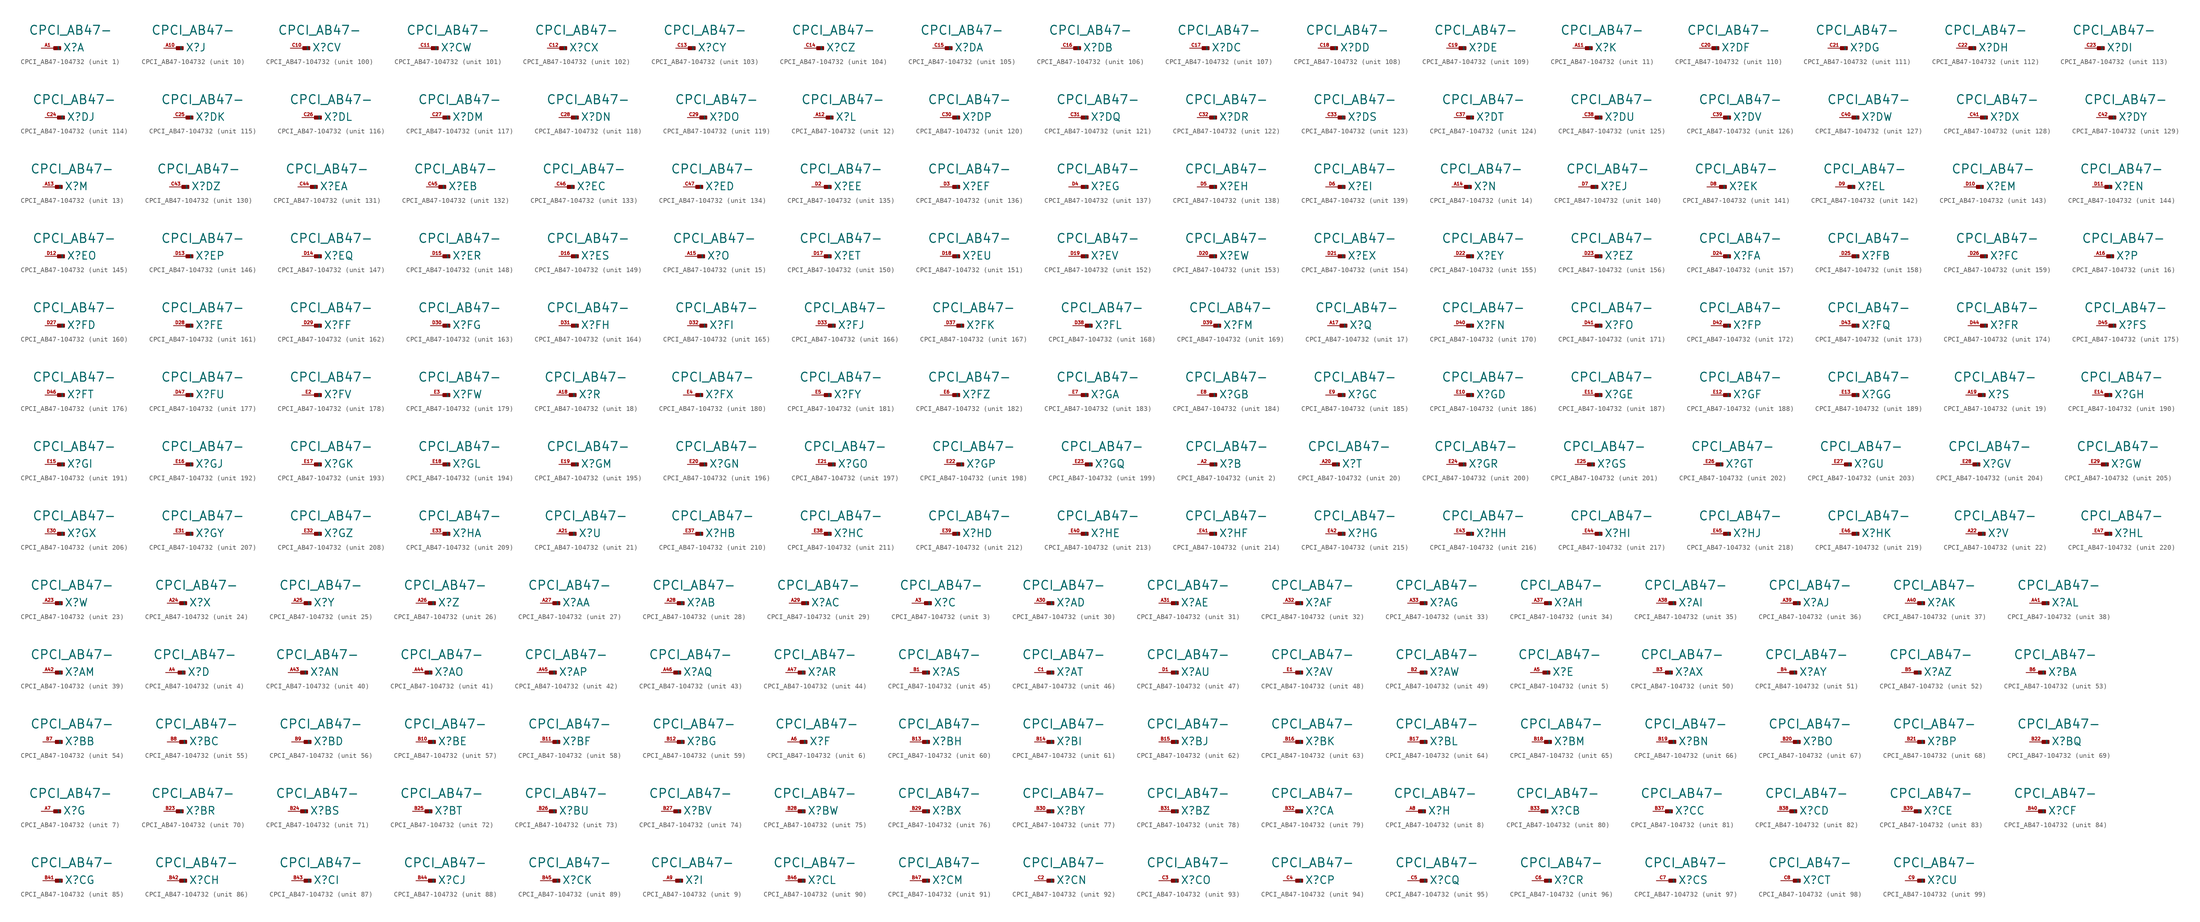
<source format=kicad_sym>
(kicad_symbol_lib
  (version 20220914)
  (generator Eagle2Kicad)
  (symbol "CPCI_AB47-104732"
    (property "Reference" "X"
      (at 1.778 -0.762 0)
      (effects (font (size 1.524 1.524) (thickness 0.19)) (justify left bottom)))
    (property "Value" "CPCI_AB47-"
      (at -5.08 2.54 0)
      (effects (font (size 1.778 1.778) (thickness 0.22)) (justify left bottom)))
    (symbol "CPCI_AB47-104732_1_0"
      (rectangle (start 0 -0.254) (end 1.27 0.254) (stroke (width 0.3) (type default)) (fill (type outline)))
      (pin input line (at -2.54 0 0) (length 2.54) (name "1" (effects (font (size 0.635 0.635) (thickness 0.08)) (justify left bottom))) (number "A1" (effects (font (size 0.635 0.635) (thickness 0.08)) (justify left bottom)))))
    (symbol "CPCI_AB47-104732_2_0"
      (rectangle (start 0 -0.254) (end 1.27 0.254) (stroke (width 0.3) (type default)) (fill (type outline)))
      (pin input line (at -2.54 0 0) (length 2.54) (name "1" (effects (font (size 0.635 0.635) (thickness 0.08)) (justify left bottom))) (number "A2" (effects (font (size 0.635 0.635) (thickness 0.08)) (justify left bottom)))))
    (symbol "CPCI_AB47-104732_3_0"
      (rectangle (start 0 -0.254) (end 1.27 0.254) (stroke (width 0.3) (type default)) (fill (type outline)))
      (pin input line (at -2.54 0 0) (length 2.54) (name "1" (effects (font (size 0.635 0.635) (thickness 0.08)) (justify left bottom))) (number "A3" (effects (font (size 0.635 0.635) (thickness 0.08)) (justify left bottom)))))
    (symbol "CPCI_AB47-104732_4_0"
      (rectangle (start 0 -0.254) (end 1.27 0.254) (stroke (width 0.3) (type default)) (fill (type outline)))
      (pin input line (at -2.54 0 0) (length 2.54) (name "1" (effects (font (size 0.635 0.635) (thickness 0.08)) (justify left bottom))) (number "A4" (effects (font (size 0.635 0.635) (thickness 0.08)) (justify left bottom)))))
    (symbol "CPCI_AB47-104732_5_0"
      (rectangle (start 0 -0.254) (end 1.27 0.254) (stroke (width 0.3) (type default)) (fill (type outline)))
      (pin input line (at -2.54 0 0) (length 2.54) (name "1" (effects (font (size 0.635 0.635) (thickness 0.08)) (justify left bottom))) (number "A5" (effects (font (size 0.635 0.635) (thickness 0.08)) (justify left bottom)))))
    (symbol "CPCI_AB47-104732_6_0"
      (rectangle (start 0 -0.254) (end 1.27 0.254) (stroke (width 0.3) (type default)) (fill (type outline)))
      (pin input line (at -2.54 0 0) (length 2.54) (name "1" (effects (font (size 0.635 0.635) (thickness 0.08)) (justify left bottom))) (number "A6" (effects (font (size 0.635 0.635) (thickness 0.08)) (justify left bottom)))))
    (symbol "CPCI_AB47-104732_7_0"
      (rectangle (start 0 -0.254) (end 1.27 0.254) (stroke (width 0.3) (type default)) (fill (type outline)))
      (pin input line (at -2.54 0 0) (length 2.54) (name "1" (effects (font (size 0.635 0.635) (thickness 0.08)) (justify left bottom))) (number "A7" (effects (font (size 0.635 0.635) (thickness 0.08)) (justify left bottom)))))
    (symbol "CPCI_AB47-104732_8_0"
      (rectangle (start 0 -0.254) (end 1.27 0.254) (stroke (width 0.3) (type default)) (fill (type outline)))
      (pin input line (at -2.54 0 0) (length 2.54) (name "1" (effects (font (size 0.635 0.635) (thickness 0.08)) (justify left bottom))) (number "A8" (effects (font (size 0.635 0.635) (thickness 0.08)) (justify left bottom)))))
    (symbol "CPCI_AB47-104732_9_0"
      (rectangle (start 0 -0.254) (end 1.27 0.254) (stroke (width 0.3) (type default)) (fill (type outline)))
      (pin input line (at -2.54 0 0) (length 2.54) (name "1" (effects (font (size 0.635 0.635) (thickness 0.08)) (justify left bottom))) (number "A9" (effects (font (size 0.635 0.635) (thickness 0.08)) (justify left bottom)))))
    (symbol "CPCI_AB47-104732_10_0"
      (rectangle (start 0 -0.254) (end 1.27 0.254) (stroke (width 0.3) (type default)) (fill (type outline)))
      (pin input line (at -2.54 0 0) (length 2.54) (name "1" (effects (font (size 0.635 0.635) (thickness 0.08)) (justify left bottom))) (number "A10" (effects (font (size 0.635 0.635) (thickness 0.08)) (justify left bottom)))))
    (symbol "CPCI_AB47-104732_11_0"
      (rectangle (start 0 -0.254) (end 1.27 0.254) (stroke (width 0.3) (type default)) (fill (type outline)))
      (pin input line (at -2.54 0 0) (length 2.54) (name "1" (effects (font (size 0.635 0.635) (thickness 0.08)) (justify left bottom))) (number "A11" (effects (font (size 0.635 0.635) (thickness 0.08)) (justify left bottom)))))
    (symbol "CPCI_AB47-104732_12_0"
      (rectangle (start 0 -0.254) (end 1.27 0.254) (stroke (width 0.3) (type default)) (fill (type outline)))
      (pin input line (at -2.54 0 0) (length 2.54) (name "1" (effects (font (size 0.635 0.635) (thickness 0.08)) (justify left bottom))) (number "A12" (effects (font (size 0.635 0.635) (thickness 0.08)) (justify left bottom)))))
    (symbol "CPCI_AB47-104732_13_0"
      (rectangle (start 0 -0.254) (end 1.27 0.254) (stroke (width 0.3) (type default)) (fill (type outline)))
      (pin input line (at -2.54 0 0) (length 2.54) (name "1" (effects (font (size 0.635 0.635) (thickness 0.08)) (justify left bottom))) (number "A13" (effects (font (size 0.635 0.635) (thickness 0.08)) (justify left bottom)))))
    (symbol "CPCI_AB47-104732_14_0"
      (rectangle (start 0 -0.254) (end 1.27 0.254) (stroke (width 0.3) (type default)) (fill (type outline)))
      (pin input line (at -2.54 0 0) (length 2.54) (name "1" (effects (font (size 0.635 0.635) (thickness 0.08)) (justify left bottom))) (number "A14" (effects (font (size 0.635 0.635) (thickness 0.08)) (justify left bottom)))))
    (symbol "CPCI_AB47-104732_15_0"
      (rectangle (start 0 -0.254) (end 1.27 0.254) (stroke (width 0.3) (type default)) (fill (type outline)))
      (pin input line (at -2.54 0 0) (length 2.54) (name "1" (effects (font (size 0.635 0.635) (thickness 0.08)) (justify left bottom))) (number "A15" (effects (font (size 0.635 0.635) (thickness 0.08)) (justify left bottom)))))
    (symbol "CPCI_AB47-104732_16_0"
      (rectangle (start 0 -0.254) (end 1.27 0.254) (stroke (width 0.3) (type default)) (fill (type outline)))
      (pin input line (at -2.54 0 0) (length 2.54) (name "1" (effects (font (size 0.635 0.635) (thickness 0.08)) (justify left bottom))) (number "A16" (effects (font (size 0.635 0.635) (thickness 0.08)) (justify left bottom)))))
    (symbol "CPCI_AB47-104732_17_0"
      (rectangle (start 0 -0.254) (end 1.27 0.254) (stroke (width 0.3) (type default)) (fill (type outline)))
      (pin input line (at -2.54 0 0) (length 2.54) (name "1" (effects (font (size 0.635 0.635) (thickness 0.08)) (justify left bottom))) (number "A17" (effects (font (size 0.635 0.635) (thickness 0.08)) (justify left bottom)))))
    (symbol "CPCI_AB47-104732_18_0"
      (rectangle (start 0 -0.254) (end 1.27 0.254) (stroke (width 0.3) (type default)) (fill (type outline)))
      (pin input line (at -2.54 0 0) (length 2.54) (name "1" (effects (font (size 0.635 0.635) (thickness 0.08)) (justify left bottom))) (number "A18" (effects (font (size 0.635 0.635) (thickness 0.08)) (justify left bottom)))))
    (symbol "CPCI_AB47-104732_19_0"
      (rectangle (start 0 -0.254) (end 1.27 0.254) (stroke (width 0.3) (type default)) (fill (type outline)))
      (pin input line (at -2.54 0 0) (length 2.54) (name "1" (effects (font (size 0.635 0.635) (thickness 0.08)) (justify left bottom))) (number "A19" (effects (font (size 0.635 0.635) (thickness 0.08)) (justify left bottom)))))
    (symbol "CPCI_AB47-104732_20_0"
      (rectangle (start 0 -0.254) (end 1.27 0.254) (stroke (width 0.3) (type default)) (fill (type outline)))
      (pin input line (at -2.54 0 0) (length 2.54) (name "1" (effects (font (size 0.635 0.635) (thickness 0.08)) (justify left bottom))) (number "A20" (effects (font (size 0.635 0.635) (thickness 0.08)) (justify left bottom)))))
    (symbol "CPCI_AB47-104732_21_0"
      (rectangle (start 0 -0.254) (end 1.27 0.254) (stroke (width 0.3) (type default)) (fill (type outline)))
      (pin input line (at -2.54 0 0) (length 2.54) (name "1" (effects (font (size 0.635 0.635) (thickness 0.08)) (justify left bottom))) (number "A21" (effects (font (size 0.635 0.635) (thickness 0.08)) (justify left bottom)))))
    (symbol "CPCI_AB47-104732_22_0"
      (rectangle (start 0 -0.254) (end 1.27 0.254) (stroke (width 0.3) (type default)) (fill (type outline)))
      (pin input line (at -2.54 0 0) (length 2.54) (name "1" (effects (font (size 0.635 0.635) (thickness 0.08)) (justify left bottom))) (number "A22" (effects (font (size 0.635 0.635) (thickness 0.08)) (justify left bottom)))))
    (symbol "CPCI_AB47-104732_23_0"
      (rectangle (start 0 -0.254) (end 1.27 0.254) (stroke (width 0.3) (type default)) (fill (type outline)))
      (pin input line (at -2.54 0 0) (length 2.54) (name "1" (effects (font (size 0.635 0.635) (thickness 0.08)) (justify left bottom))) (number "A23" (effects (font (size 0.635 0.635) (thickness 0.08)) (justify left bottom)))))
    (symbol "CPCI_AB47-104732_24_0"
      (rectangle (start 0 -0.254) (end 1.27 0.254) (stroke (width 0.3) (type default)) (fill (type outline)))
      (pin input line (at -2.54 0 0) (length 2.54) (name "1" (effects (font (size 0.635 0.635) (thickness 0.08)) (justify left bottom))) (number "A24" (effects (font (size 0.635 0.635) (thickness 0.08)) (justify left bottom)))))
    (symbol "CPCI_AB47-104732_25_0"
      (rectangle (start 0 -0.254) (end 1.27 0.254) (stroke (width 0.3) (type default)) (fill (type outline)))
      (pin input line (at -2.54 0 0) (length 2.54) (name "1" (effects (font (size 0.635 0.635) (thickness 0.08)) (justify left bottom))) (number "A25" (effects (font (size 0.635 0.635) (thickness 0.08)) (justify left bottom)))))
    (symbol "CPCI_AB47-104732_26_0"
      (rectangle (start 0 -0.254) (end 1.27 0.254) (stroke (width 0.3) (type default)) (fill (type outline)))
      (pin input line (at -2.54 0 0) (length 2.54) (name "1" (effects (font (size 0.635 0.635) (thickness 0.08)) (justify left bottom))) (number "A26" (effects (font (size 0.635 0.635) (thickness 0.08)) (justify left bottom)))))
    (symbol "CPCI_AB47-104732_27_0"
      (rectangle (start 0 -0.254) (end 1.27 0.254) (stroke (width 0.3) (type default)) (fill (type outline)))
      (pin input line (at -2.54 0 0) (length 2.54) (name "1" (effects (font (size 0.635 0.635) (thickness 0.08)) (justify left bottom))) (number "A27" (effects (font (size 0.635 0.635) (thickness 0.08)) (justify left bottom)))))
    (symbol "CPCI_AB47-104732_28_0"
      (rectangle (start 0 -0.254) (end 1.27 0.254) (stroke (width 0.3) (type default)) (fill (type outline)))
      (pin input line (at -2.54 0 0) (length 2.54) (name "1" (effects (font (size 0.635 0.635) (thickness 0.08)) (justify left bottom))) (number "A28" (effects (font (size 0.635 0.635) (thickness 0.08)) (justify left bottom)))))
    (symbol "CPCI_AB47-104732_29_0"
      (rectangle (start 0 -0.254) (end 1.27 0.254) (stroke (width 0.3) (type default)) (fill (type outline)))
      (pin input line (at -2.54 0 0) (length 2.54) (name "1" (effects (font (size 0.635 0.635) (thickness 0.08)) (justify left bottom))) (number "A29" (effects (font (size 0.635 0.635) (thickness 0.08)) (justify left bottom)))))
    (symbol "CPCI_AB47-104732_30_0"
      (rectangle (start 0 -0.254) (end 1.27 0.254) (stroke (width 0.3) (type default)) (fill (type outline)))
      (pin input line (at -2.54 0 0) (length 2.54) (name "1" (effects (font (size 0.635 0.635) (thickness 0.08)) (justify left bottom))) (number "A30" (effects (font (size 0.635 0.635) (thickness 0.08)) (justify left bottom)))))
    (symbol "CPCI_AB47-104732_31_0"
      (rectangle (start 0 -0.254) (end 1.27 0.254) (stroke (width 0.3) (type default)) (fill (type outline)))
      (pin input line (at -2.54 0 0) (length 2.54) (name "1" (effects (font (size 0.635 0.635) (thickness 0.08)) (justify left bottom))) (number "A31" (effects (font (size 0.635 0.635) (thickness 0.08)) (justify left bottom)))))
    (symbol "CPCI_AB47-104732_32_0"
      (rectangle (start 0 -0.254) (end 1.27 0.254) (stroke (width 0.3) (type default)) (fill (type outline)))
      (pin input line (at -2.54 0 0) (length 2.54) (name "1" (effects (font (size 0.635 0.635) (thickness 0.08)) (justify left bottom))) (number "A32" (effects (font (size 0.635 0.635) (thickness 0.08)) (justify left bottom)))))
    (symbol "CPCI_AB47-104732_33_0"
      (rectangle (start 0 -0.254) (end 1.27 0.254) (stroke (width 0.3) (type default)) (fill (type outline)))
      (pin input line (at -2.54 0 0) (length 2.54) (name "1" (effects (font (size 0.635 0.635) (thickness 0.08)) (justify left bottom))) (number "A33" (effects (font (size 0.635 0.635) (thickness 0.08)) (justify left bottom)))))
    (symbol "CPCI_AB47-104732_34_0"
      (rectangle (start 0 -0.254) (end 1.27 0.254) (stroke (width 0.3) (type default)) (fill (type outline)))
      (pin input line (at -2.54 0 0) (length 2.54) (name "1" (effects (font (size 0.635 0.635) (thickness 0.08)) (justify left bottom))) (number "A37" (effects (font (size 0.635 0.635) (thickness 0.08)) (justify left bottom)))))
    (symbol "CPCI_AB47-104732_35_0"
      (rectangle (start 0 -0.254) (end 1.27 0.254) (stroke (width 0.3) (type default)) (fill (type outline)))
      (pin input line (at -2.54 0 0) (length 2.54) (name "1" (effects (font (size 0.635 0.635) (thickness 0.08)) (justify left bottom))) (number "A38" (effects (font (size 0.635 0.635) (thickness 0.08)) (justify left bottom)))))
    (symbol "CPCI_AB47-104732_36_0"
      (rectangle (start 0 -0.254) (end 1.27 0.254) (stroke (width 0.3) (type default)) (fill (type outline)))
      (pin input line (at -2.54 0 0) (length 2.54) (name "1" (effects (font (size 0.635 0.635) (thickness 0.08)) (justify left bottom))) (number "A39" (effects (font (size 0.635 0.635) (thickness 0.08)) (justify left bottom)))))
    (symbol "CPCI_AB47-104732_37_0"
      (rectangle (start 0 -0.254) (end 1.27 0.254) (stroke (width 0.3) (type default)) (fill (type outline)))
      (pin input line (at -2.54 0 0) (length 2.54) (name "1" (effects (font (size 0.635 0.635) (thickness 0.08)) (justify left bottom))) (number "A40" (effects (font (size 0.635 0.635) (thickness 0.08)) (justify left bottom)))))
    (symbol "CPCI_AB47-104732_38_0"
      (rectangle (start 0 -0.254) (end 1.27 0.254) (stroke (width 0.3) (type default)) (fill (type outline)))
      (pin input line (at -2.54 0 0) (length 2.54) (name "1" (effects (font (size 0.635 0.635) (thickness 0.08)) (justify left bottom))) (number "A41" (effects (font (size 0.635 0.635) (thickness 0.08)) (justify left bottom)))))
    (symbol "CPCI_AB47-104732_39_0"
      (rectangle (start 0 -0.254) (end 1.27 0.254) (stroke (width 0.3) (type default)) (fill (type outline)))
      (pin input line (at -2.54 0 0) (length 2.54) (name "1" (effects (font (size 0.635 0.635) (thickness 0.08)) (justify left bottom))) (number "A42" (effects (font (size 0.635 0.635) (thickness 0.08)) (justify left bottom)))))
    (symbol "CPCI_AB47-104732_40_0"
      (rectangle (start 0 -0.254) (end 1.27 0.254) (stroke (width 0.3) (type default)) (fill (type outline)))
      (pin input line (at -2.54 0 0) (length 2.54) (name "1" (effects (font (size 0.635 0.635) (thickness 0.08)) (justify left bottom))) (number "A43" (effects (font (size 0.635 0.635) (thickness 0.08)) (justify left bottom)))))
    (symbol "CPCI_AB47-104732_41_0"
      (rectangle (start 0 -0.254) (end 1.27 0.254) (stroke (width 0.3) (type default)) (fill (type outline)))
      (pin input line (at -2.54 0 0) (length 2.54) (name "1" (effects (font (size 0.635 0.635) (thickness 0.08)) (justify left bottom))) (number "A44" (effects (font (size 0.635 0.635) (thickness 0.08)) (justify left bottom)))))
    (symbol "CPCI_AB47-104732_42_0"
      (rectangle (start 0 -0.254) (end 1.27 0.254) (stroke (width 0.3) (type default)) (fill (type outline)))
      (pin input line (at -2.54 0 0) (length 2.54) (name "1" (effects (font (size 0.635 0.635) (thickness 0.08)) (justify left bottom))) (number "A45" (effects (font (size 0.635 0.635) (thickness 0.08)) (justify left bottom)))))
    (symbol "CPCI_AB47-104732_43_0"
      (rectangle (start 0 -0.254) (end 1.27 0.254) (stroke (width 0.3) (type default)) (fill (type outline)))
      (pin input line (at -2.54 0 0) (length 2.54) (name "1" (effects (font (size 0.635 0.635) (thickness 0.08)) (justify left bottom))) (number "A46" (effects (font (size 0.635 0.635) (thickness 0.08)) (justify left bottom)))))
    (symbol "CPCI_AB47-104732_44_0"
      (rectangle (start 0 -0.254) (end 1.27 0.254) (stroke (width 0.3) (type default)) (fill (type outline)))
      (pin input line (at -2.54 0 0) (length 2.54) (name "1" (effects (font (size 0.635 0.635) (thickness 0.08)) (justify left bottom))) (number "A47" (effects (font (size 0.635 0.635) (thickness 0.08)) (justify left bottom)))))
    (symbol "CPCI_AB47-104732_45_0"
      (rectangle (start 0 -0.254) (end 1.27 0.254) (stroke (width 0.3) (type default)) (fill (type outline)))
      (pin input line (at -2.54 0 0) (length 2.54) (name "1" (effects (font (size 0.635 0.635) (thickness 0.08)) (justify left bottom))) (number "B1" (effects (font (size 0.635 0.635) (thickness 0.08)) (justify left bottom)))))
    (symbol "CPCI_AB47-104732_46_0"
      (rectangle (start 0 -0.254) (end 1.27 0.254) (stroke (width 0.3) (type default)) (fill (type outline)))
      (pin input line (at -2.54 0 0) (length 2.54) (name "1" (effects (font (size 0.635 0.635) (thickness 0.08)) (justify left bottom))) (number "C1" (effects (font (size 0.635 0.635) (thickness 0.08)) (justify left bottom)))))
    (symbol "CPCI_AB47-104732_47_0"
      (rectangle (start 0 -0.254) (end 1.27 0.254) (stroke (width 0.3) (type default)) (fill (type outline)))
      (pin input line (at -2.54 0 0) (length 2.54) (name "1" (effects (font (size 0.635 0.635) (thickness 0.08)) (justify left bottom))) (number "D1" (effects (font (size 0.635 0.635) (thickness 0.08)) (justify left bottom)))))
    (symbol "CPCI_AB47-104732_48_0"
      (rectangle (start 0 -0.254) (end 1.27 0.254) (stroke (width 0.3) (type default)) (fill (type outline)))
      (pin input line (at -2.54 0 0) (length 2.54) (name "1" (effects (font (size 0.635 0.635) (thickness 0.08)) (justify left bottom))) (number "E1" (effects (font (size 0.635 0.635) (thickness 0.08)) (justify left bottom)))))
    (symbol "CPCI_AB47-104732_49_0"
      (rectangle (start 0 -0.254) (end 1.27 0.254) (stroke (width 0.3) (type default)) (fill (type outline)))
      (pin input line (at -2.54 0 0) (length 2.54) (name "1" (effects (font (size 0.635 0.635) (thickness 0.08)) (justify left bottom))) (number "B2" (effects (font (size 0.635 0.635) (thickness 0.08)) (justify left bottom)))))
    (symbol "CPCI_AB47-104732_50_0"
      (rectangle (start 0 -0.254) (end 1.27 0.254) (stroke (width 0.3) (type default)) (fill (type outline)))
      (pin input line (at -2.54 0 0) (length 2.54) (name "1" (effects (font (size 0.635 0.635) (thickness 0.08)) (justify left bottom))) (number "B3" (effects (font (size 0.635 0.635) (thickness 0.08)) (justify left bottom)))))
    (symbol "CPCI_AB47-104732_51_0"
      (rectangle (start 0 -0.254) (end 1.27 0.254) (stroke (width 0.3) (type default)) (fill (type outline)))
      (pin input line (at -2.54 0 0) (length 2.54) (name "1" (effects (font (size 0.635 0.635) (thickness 0.08)) (justify left bottom))) (number "B4" (effects (font (size 0.635 0.635) (thickness 0.08)) (justify left bottom)))))
    (symbol "CPCI_AB47-104732_52_0"
      (rectangle (start 0 -0.254) (end 1.27 0.254) (stroke (width 0.3) (type default)) (fill (type outline)))
      (pin input line (at -2.54 0 0) (length 2.54) (name "1" (effects (font (size 0.635 0.635) (thickness 0.08)) (justify left bottom))) (number "B5" (effects (font (size 0.635 0.635) (thickness 0.08)) (justify left bottom)))))
    (symbol "CPCI_AB47-104732_53_0"
      (rectangle (start 0 -0.254) (end 1.27 0.254) (stroke (width 0.3) (type default)) (fill (type outline)))
      (pin input line (at -2.54 0 0) (length 2.54) (name "1" (effects (font (size 0.635 0.635) (thickness 0.08)) (justify left bottom))) (number "B6" (effects (font (size 0.635 0.635) (thickness 0.08)) (justify left bottom)))))
    (symbol "CPCI_AB47-104732_54_0"
      (rectangle (start 0 -0.254) (end 1.27 0.254) (stroke (width 0.3) (type default)) (fill (type outline)))
      (pin input line (at -2.54 0 0) (length 2.54) (name "1" (effects (font (size 0.635 0.635) (thickness 0.08)) (justify left bottom))) (number "B7" (effects (font (size 0.635 0.635) (thickness 0.08)) (justify left bottom)))))
    (symbol "CPCI_AB47-104732_55_0"
      (rectangle (start 0 -0.254) (end 1.27 0.254) (stroke (width 0.3) (type default)) (fill (type outline)))
      (pin input line (at -2.54 0 0) (length 2.54) (name "1" (effects (font (size 0.635 0.635) (thickness 0.08)) (justify left bottom))) (number "B8" (effects (font (size 0.635 0.635) (thickness 0.08)) (justify left bottom)))))
    (symbol "CPCI_AB47-104732_56_0"
      (rectangle (start 0 -0.254) (end 1.27 0.254) (stroke (width 0.3) (type default)) (fill (type outline)))
      (pin input line (at -2.54 0 0) (length 2.54) (name "1" (effects (font (size 0.635 0.635) (thickness 0.08)) (justify left bottom))) (number "B9" (effects (font (size 0.635 0.635) (thickness 0.08)) (justify left bottom)))))
    (symbol "CPCI_AB47-104732_57_0"
      (rectangle (start 0 -0.254) (end 1.27 0.254) (stroke (width 0.3) (type default)) (fill (type outline)))
      (pin input line (at -2.54 0 0) (length 2.54) (name "1" (effects (font (size 0.635 0.635) (thickness 0.08)) (justify left bottom))) (number "B10" (effects (font (size 0.635 0.635) (thickness 0.08)) (justify left bottom)))))
    (symbol "CPCI_AB47-104732_58_0"
      (rectangle (start 0 -0.254) (end 1.27 0.254) (stroke (width 0.3) (type default)) (fill (type outline)))
      (pin input line (at -2.54 0 0) (length 2.54) (name "1" (effects (font (size 0.635 0.635) (thickness 0.08)) (justify left bottom))) (number "B11" (effects (font (size 0.635 0.635) (thickness 0.08)) (justify left bottom)))))
    (symbol "CPCI_AB47-104732_59_0"
      (rectangle (start 0 -0.254) (end 1.27 0.254) (stroke (width 0.3) (type default)) (fill (type outline)))
      (pin input line (at -2.54 0 0) (length 2.54) (name "1" (effects (font (size 0.635 0.635) (thickness 0.08)) (justify left bottom))) (number "B12" (effects (font (size 0.635 0.635) (thickness 0.08)) (justify left bottom)))))
    (symbol "CPCI_AB47-104732_60_0"
      (rectangle (start 0 -0.254) (end 1.27 0.254) (stroke (width 0.3) (type default)) (fill (type outline)))
      (pin input line (at -2.54 0 0) (length 2.54) (name "1" (effects (font (size 0.635 0.635) (thickness 0.08)) (justify left bottom))) (number "B13" (effects (font (size 0.635 0.635) (thickness 0.08)) (justify left bottom)))))
    (symbol "CPCI_AB47-104732_61_0"
      (rectangle (start 0 -0.254) (end 1.27 0.254) (stroke (width 0.3) (type default)) (fill (type outline)))
      (pin input line (at -2.54 0 0) (length 2.54) (name "1" (effects (font (size 0.635 0.635) (thickness 0.08)) (justify left bottom))) (number "B14" (effects (font (size 0.635 0.635) (thickness 0.08)) (justify left bottom)))))
    (symbol "CPCI_AB47-104732_62_0"
      (rectangle (start 0 -0.254) (end 1.27 0.254) (stroke (width 0.3) (type default)) (fill (type outline)))
      (pin input line (at -2.54 0 0) (length 2.54) (name "1" (effects (font (size 0.635 0.635) (thickness 0.08)) (justify left bottom))) (number "B15" (effects (font (size 0.635 0.635) (thickness 0.08)) (justify left bottom)))))
    (symbol "CPCI_AB47-104732_63_0"
      (rectangle (start 0 -0.254) (end 1.27 0.254) (stroke (width 0.3) (type default)) (fill (type outline)))
      (pin input line (at -2.54 0 0) (length 2.54) (name "1" (effects (font (size 0.635 0.635) (thickness 0.08)) (justify left bottom))) (number "B16" (effects (font (size 0.635 0.635) (thickness 0.08)) (justify left bottom)))))
    (symbol "CPCI_AB47-104732_64_0"
      (rectangle (start 0 -0.254) (end 1.27 0.254) (stroke (width 0.3) (type default)) (fill (type outline)))
      (pin input line (at -2.54 0 0) (length 2.54) (name "1" (effects (font (size 0.635 0.635) (thickness 0.08)) (justify left bottom))) (number "B17" (effects (font (size 0.635 0.635) (thickness 0.08)) (justify left bottom)))))
    (symbol "CPCI_AB47-104732_65_0"
      (rectangle (start 0 -0.254) (end 1.27 0.254) (stroke (width 0.3) (type default)) (fill (type outline)))
      (pin input line (at -2.54 0 0) (length 2.54) (name "1" (effects (font (size 0.635 0.635) (thickness 0.08)) (justify left bottom))) (number "B18" (effects (font (size 0.635 0.635) (thickness 0.08)) (justify left bottom)))))
    (symbol "CPCI_AB47-104732_66_0"
      (rectangle (start 0 -0.254) (end 1.27 0.254) (stroke (width 0.3) (type default)) (fill (type outline)))
      (pin input line (at -2.54 0 0) (length 2.54) (name "1" (effects (font (size 0.635 0.635) (thickness 0.08)) (justify left bottom))) (number "B19" (effects (font (size 0.635 0.635) (thickness 0.08)) (justify left bottom)))))
    (symbol "CPCI_AB47-104732_67_0"
      (rectangle (start 0 -0.254) (end 1.27 0.254) (stroke (width 0.3) (type default)) (fill (type outline)))
      (pin input line (at -2.54 0 0) (length 2.54) (name "1" (effects (font (size 0.635 0.635) (thickness 0.08)) (justify left bottom))) (number "B20" (effects (font (size 0.635 0.635) (thickness 0.08)) (justify left bottom)))))
    (symbol "CPCI_AB47-104732_68_0"
      (rectangle (start 0 -0.254) (end 1.27 0.254) (stroke (width 0.3) (type default)) (fill (type outline)))
      (pin input line (at -2.54 0 0) (length 2.54) (name "1" (effects (font (size 0.635 0.635) (thickness 0.08)) (justify left bottom))) (number "B21" (effects (font (size 0.635 0.635) (thickness 0.08)) (justify left bottom)))))
    (symbol "CPCI_AB47-104732_69_0"
      (rectangle (start 0 -0.254) (end 1.27 0.254) (stroke (width 0.3) (type default)) (fill (type outline)))
      (pin input line (at -2.54 0 0) (length 2.54) (name "1" (effects (font (size 0.635 0.635) (thickness 0.08)) (justify left bottom))) (number "B22" (effects (font (size 0.635 0.635) (thickness 0.08)) (justify left bottom)))))
    (symbol "CPCI_AB47-104732_70_0"
      (rectangle (start 0 -0.254) (end 1.27 0.254) (stroke (width 0.3) (type default)) (fill (type outline)))
      (pin input line (at -2.54 0 0) (length 2.54) (name "1" (effects (font (size 0.635 0.635) (thickness 0.08)) (justify left bottom))) (number "B23" (effects (font (size 0.635 0.635) (thickness 0.08)) (justify left bottom)))))
    (symbol "CPCI_AB47-104732_71_0"
      (rectangle (start 0 -0.254) (end 1.27 0.254) (stroke (width 0.3) (type default)) (fill (type outline)))
      (pin input line (at -2.54 0 0) (length 2.54) (name "1" (effects (font (size 0.635 0.635) (thickness 0.08)) (justify left bottom))) (number "B24" (effects (font (size 0.635 0.635) (thickness 0.08)) (justify left bottom)))))
    (symbol "CPCI_AB47-104732_72_0"
      (rectangle (start 0 -0.254) (end 1.27 0.254) (stroke (width 0.3) (type default)) (fill (type outline)))
      (pin input line (at -2.54 0 0) (length 2.54) (name "1" (effects (font (size 0.635 0.635) (thickness 0.08)) (justify left bottom))) (number "B25" (effects (font (size 0.635 0.635) (thickness 0.08)) (justify left bottom)))))
    (symbol "CPCI_AB47-104732_73_0"
      (rectangle (start 0 -0.254) (end 1.27 0.254) (stroke (width 0.3) (type default)) (fill (type outline)))
      (pin input line (at -2.54 0 0) (length 2.54) (name "1" (effects (font (size 0.635 0.635) (thickness 0.08)) (justify left bottom))) (number "B26" (effects (font (size 0.635 0.635) (thickness 0.08)) (justify left bottom)))))
    (symbol "CPCI_AB47-104732_74_0"
      (rectangle (start 0 -0.254) (end 1.27 0.254) (stroke (width 0.3) (type default)) (fill (type outline)))
      (pin input line (at -2.54 0 0) (length 2.54) (name "1" (effects (font (size 0.635 0.635) (thickness 0.08)) (justify left bottom))) (number "B27" (effects (font (size 0.635 0.635) (thickness 0.08)) (justify left bottom)))))
    (symbol "CPCI_AB47-104732_75_0"
      (rectangle (start 0 -0.254) (end 1.27 0.254) (stroke (width 0.3) (type default)) (fill (type outline)))
      (pin input line (at -2.54 0 0) (length 2.54) (name "1" (effects (font (size 0.635 0.635) (thickness 0.08)) (justify left bottom))) (number "B28" (effects (font (size 0.635 0.635) (thickness 0.08)) (justify left bottom)))))
    (symbol "CPCI_AB47-104732_76_0"
      (rectangle (start 0 -0.254) (end 1.27 0.254) (stroke (width 0.3) (type default)) (fill (type outline)))
      (pin input line (at -2.54 0 0) (length 2.54) (name "1" (effects (font (size 0.635 0.635) (thickness 0.08)) (justify left bottom))) (number "B29" (effects (font (size 0.635 0.635) (thickness 0.08)) (justify left bottom)))))
    (symbol "CPCI_AB47-104732_77_0"
      (rectangle (start 0 -0.254) (end 1.27 0.254) (stroke (width 0.3) (type default)) (fill (type outline)))
      (pin input line (at -2.54 0 0) (length 2.54) (name "1" (effects (font (size 0.635 0.635) (thickness 0.08)) (justify left bottom))) (number "B30" (effects (font (size 0.635 0.635) (thickness 0.08)) (justify left bottom)))))
    (symbol "CPCI_AB47-104732_78_0"
      (rectangle (start 0 -0.254) (end 1.27 0.254) (stroke (width 0.3) (type default)) (fill (type outline)))
      (pin input line (at -2.54 0 0) (length 2.54) (name "1" (effects (font (size 0.635 0.635) (thickness 0.08)) (justify left bottom))) (number "B31" (effects (font (size 0.635 0.635) (thickness 0.08)) (justify left bottom)))))
    (symbol "CPCI_AB47-104732_79_0"
      (rectangle (start 0 -0.254) (end 1.27 0.254) (stroke (width 0.3) (type default)) (fill (type outline)))
      (pin input line (at -2.54 0 0) (length 2.54) (name "1" (effects (font (size 0.635 0.635) (thickness 0.08)) (justify left bottom))) (number "B32" (effects (font (size 0.635 0.635) (thickness 0.08)) (justify left bottom)))))
    (symbol "CPCI_AB47-104732_80_0"
      (rectangle (start 0 -0.254) (end 1.27 0.254) (stroke (width 0.3) (type default)) (fill (type outline)))
      (pin input line (at -2.54 0 0) (length 2.54) (name "1" (effects (font (size 0.635 0.635) (thickness 0.08)) (justify left bottom))) (number "B33" (effects (font (size 0.635 0.635) (thickness 0.08)) (justify left bottom)))))
    (symbol "CPCI_AB47-104732_81_0"
      (rectangle (start 0 -0.254) (end 1.27 0.254) (stroke (width 0.3) (type default)) (fill (type outline)))
      (pin input line (at -2.54 0 0) (length 2.54) (name "1" (effects (font (size 0.635 0.635) (thickness 0.08)) (justify left bottom))) (number "B37" (effects (font (size 0.635 0.635) (thickness 0.08)) (justify left bottom)))))
    (symbol "CPCI_AB47-104732_82_0"
      (rectangle (start 0 -0.254) (end 1.27 0.254) (stroke (width 0.3) (type default)) (fill (type outline)))
      (pin input line (at -2.54 0 0) (length 2.54) (name "1" (effects (font (size 0.635 0.635) (thickness 0.08)) (justify left bottom))) (number "B38" (effects (font (size 0.635 0.635) (thickness 0.08)) (justify left bottom)))))
    (symbol "CPCI_AB47-104732_83_0"
      (rectangle (start 0 -0.254) (end 1.27 0.254) (stroke (width 0.3) (type default)) (fill (type outline)))
      (pin input line (at -2.54 0 0) (length 2.54) (name "1" (effects (font (size 0.635 0.635) (thickness 0.08)) (justify left bottom))) (number "B39" (effects (font (size 0.635 0.635) (thickness 0.08)) (justify left bottom)))))
    (symbol "CPCI_AB47-104732_84_0"
      (rectangle (start 0 -0.254) (end 1.27 0.254) (stroke (width 0.3) (type default)) (fill (type outline)))
      (pin input line (at -2.54 0 0) (length 2.54) (name "1" (effects (font (size 0.635 0.635) (thickness 0.08)) (justify left bottom))) (number "B40" (effects (font (size 0.635 0.635) (thickness 0.08)) (justify left bottom)))))
    (symbol "CPCI_AB47-104732_85_0"
      (rectangle (start 0 -0.254) (end 1.27 0.254) (stroke (width 0.3) (type default)) (fill (type outline)))
      (pin input line (at -2.54 0 0) (length 2.54) (name "1" (effects (font (size 0.635 0.635) (thickness 0.08)) (justify left bottom))) (number "B41" (effects (font (size 0.635 0.635) (thickness 0.08)) (justify left bottom)))))
    (symbol "CPCI_AB47-104732_86_0"
      (rectangle (start 0 -0.254) (end 1.27 0.254) (stroke (width 0.3) (type default)) (fill (type outline)))
      (pin input line (at -2.54 0 0) (length 2.54) (name "1" (effects (font (size 0.635 0.635) (thickness 0.08)) (justify left bottom))) (number "B42" (effects (font (size 0.635 0.635) (thickness 0.08)) (justify left bottom)))))
    (symbol "CPCI_AB47-104732_87_0"
      (rectangle (start 0 -0.254) (end 1.27 0.254) (stroke (width 0.3) (type default)) (fill (type outline)))
      (pin input line (at -2.54 0 0) (length 2.54) (name "1" (effects (font (size 0.635 0.635) (thickness 0.08)) (justify left bottom))) (number "B43" (effects (font (size 0.635 0.635) (thickness 0.08)) (justify left bottom)))))
    (symbol "CPCI_AB47-104732_88_0"
      (rectangle (start 0 -0.254) (end 1.27 0.254) (stroke (width 0.3) (type default)) (fill (type outline)))
      (pin input line (at -2.54 0 0) (length 2.54) (name "1" (effects (font (size 0.635 0.635) (thickness 0.08)) (justify left bottom))) (number "B44" (effects (font (size 0.635 0.635) (thickness 0.08)) (justify left bottom)))))
    (symbol "CPCI_AB47-104732_89_0"
      (rectangle (start 0 -0.254) (end 1.27 0.254) (stroke (width 0.3) (type default)) (fill (type outline)))
      (pin input line (at -2.54 0 0) (length 2.54) (name "1" (effects (font (size 0.635 0.635) (thickness 0.08)) (justify left bottom))) (number "B45" (effects (font (size 0.635 0.635) (thickness 0.08)) (justify left bottom)))))
    (symbol "CPCI_AB47-104732_90_0"
      (rectangle (start 0 -0.254) (end 1.27 0.254) (stroke (width 0.3) (type default)) (fill (type outline)))
      (pin input line (at -2.54 0 0) (length 2.54) (name "1" (effects (font (size 0.635 0.635) (thickness 0.08)) (justify left bottom))) (number "B46" (effects (font (size 0.635 0.635) (thickness 0.08)) (justify left bottom)))))
    (symbol "CPCI_AB47-104732_91_0"
      (rectangle (start 0 -0.254) (end 1.27 0.254) (stroke (width 0.3) (type default)) (fill (type outline)))
      (pin input line (at -2.54 0 0) (length 2.54) (name "1" (effects (font (size 0.635 0.635) (thickness 0.08)) (justify left bottom))) (number "B47" (effects (font (size 0.635 0.635) (thickness 0.08)) (justify left bottom)))))
    (symbol "CPCI_AB47-104732_92_0"
      (rectangle (start 0 -0.254) (end 1.27 0.254) (stroke (width 0.3) (type default)) (fill (type outline)))
      (pin input line (at -2.54 0 0) (length 2.54) (name "1" (effects (font (size 0.635 0.635) (thickness 0.08)) (justify left bottom))) (number "C2" (effects (font (size 0.635 0.635) (thickness 0.08)) (justify left bottom)))))
    (symbol "CPCI_AB47-104732_93_0"
      (rectangle (start 0 -0.254) (end 1.27 0.254) (stroke (width 0.3) (type default)) (fill (type outline)))
      (pin input line (at -2.54 0 0) (length 2.54) (name "1" (effects (font (size 0.635 0.635) (thickness 0.08)) (justify left bottom))) (number "C3" (effects (font (size 0.635 0.635) (thickness 0.08)) (justify left bottom)))))
    (symbol "CPCI_AB47-104732_94_0"
      (rectangle (start 0 -0.254) (end 1.27 0.254) (stroke (width 0.3) (type default)) (fill (type outline)))
      (pin input line (at -2.54 0 0) (length 2.54) (name "1" (effects (font (size 0.635 0.635) (thickness 0.08)) (justify left bottom))) (number "C4" (effects (font (size 0.635 0.635) (thickness 0.08)) (justify left bottom)))))
    (symbol "CPCI_AB47-104732_95_0"
      (rectangle (start 0 -0.254) (end 1.27 0.254) (stroke (width 0.3) (type default)) (fill (type outline)))
      (pin input line (at -2.54 0 0) (length 2.54) (name "1" (effects (font (size 0.635 0.635) (thickness 0.08)) (justify left bottom))) (number "C5" (effects (font (size 0.635 0.635) (thickness 0.08)) (justify left bottom)))))
    (symbol "CPCI_AB47-104732_96_0"
      (rectangle (start 0 -0.254) (end 1.27 0.254) (stroke (width 0.3) (type default)) (fill (type outline)))
      (pin input line (at -2.54 0 0) (length 2.54) (name "1" (effects (font (size 0.635 0.635) (thickness 0.08)) (justify left bottom))) (number "C6" (effects (font (size 0.635 0.635) (thickness 0.08)) (justify left bottom)))))
    (symbol "CPCI_AB47-104732_97_0"
      (rectangle (start 0 -0.254) (end 1.27 0.254) (stroke (width 0.3) (type default)) (fill (type outline)))
      (pin input line (at -2.54 0 0) (length 2.54) (name "1" (effects (font (size 0.635 0.635) (thickness 0.08)) (justify left bottom))) (number "C7" (effects (font (size 0.635 0.635) (thickness 0.08)) (justify left bottom)))))
    (symbol "CPCI_AB47-104732_98_0"
      (rectangle (start 0 -0.254) (end 1.27 0.254) (stroke (width 0.3) (type default)) (fill (type outline)))
      (pin input line (at -2.54 0 0) (length 2.54) (name "1" (effects (font (size 0.635 0.635) (thickness 0.08)) (justify left bottom))) (number "C8" (effects (font (size 0.635 0.635) (thickness 0.08)) (justify left bottom)))))
    (symbol "CPCI_AB47-104732_99_0"
      (rectangle (start 0 -0.254) (end 1.27 0.254) (stroke (width 0.3) (type default)) (fill (type outline)))
      (pin input line (at -2.54 0 0) (length 2.54) (name "1" (effects (font (size 0.635 0.635) (thickness 0.08)) (justify left bottom))) (number "C9" (effects (font (size 0.635 0.635) (thickness 0.08)) (justify left bottom)))))
    (symbol "CPCI_AB47-104732_100_0"
      (rectangle (start 0 -0.254) (end 1.27 0.254) (stroke (width 0.3) (type default)) (fill (type outline)))
      (pin input line (at -2.54 0 0) (length 2.54) (name "1" (effects (font (size 0.635 0.635) (thickness 0.08)) (justify left bottom))) (number "C10" (effects (font (size 0.635 0.635) (thickness 0.08)) (justify left bottom)))))
    (symbol "CPCI_AB47-104732_101_0"
      (rectangle (start 0 -0.254) (end 1.27 0.254) (stroke (width 0.3) (type default)) (fill (type outline)))
      (pin input line (at -2.54 0 0) (length 2.54) (name "1" (effects (font (size 0.635 0.635) (thickness 0.08)) (justify left bottom))) (number "C11" (effects (font (size 0.635 0.635) (thickness 0.08)) (justify left bottom)))))
    (symbol "CPCI_AB47-104732_102_0"
      (rectangle (start 0 -0.254) (end 1.27 0.254) (stroke (width 0.3) (type default)) (fill (type outline)))
      (pin input line (at -2.54 0 0) (length 2.54) (name "1" (effects (font (size 0.635 0.635) (thickness 0.08)) (justify left bottom))) (number "C12" (effects (font (size 0.635 0.635) (thickness 0.08)) (justify left bottom)))))
    (symbol "CPCI_AB47-104732_103_0"
      (rectangle (start 0 -0.254) (end 1.27 0.254) (stroke (width 0.3) (type default)) (fill (type outline)))
      (pin input line (at -2.54 0 0) (length 2.54) (name "1" (effects (font (size 0.635 0.635) (thickness 0.08)) (justify left bottom))) (number "C13" (effects (font (size 0.635 0.635) (thickness 0.08)) (justify left bottom)))))
    (symbol "CPCI_AB47-104732_104_0"
      (rectangle (start 0 -0.254) (end 1.27 0.254) (stroke (width 0.3) (type default)) (fill (type outline)))
      (pin input line (at -2.54 0 0) (length 2.54) (name "1" (effects (font (size 0.635 0.635) (thickness 0.08)) (justify left bottom))) (number "C14" (effects (font (size 0.635 0.635) (thickness 0.08)) (justify left bottom)))))
    (symbol "CPCI_AB47-104732_105_0"
      (rectangle (start 0 -0.254) (end 1.27 0.254) (stroke (width 0.3) (type default)) (fill (type outline)))
      (pin input line (at -2.54 0 0) (length 2.54) (name "1" (effects (font (size 0.635 0.635) (thickness 0.08)) (justify left bottom))) (number "C15" (effects (font (size 0.635 0.635) (thickness 0.08)) (justify left bottom)))))
    (symbol "CPCI_AB47-104732_106_0"
      (rectangle (start 0 -0.254) (end 1.27 0.254) (stroke (width 0.3) (type default)) (fill (type outline)))
      (pin input line (at -2.54 0 0) (length 2.54) (name "1" (effects (font (size 0.635 0.635) (thickness 0.08)) (justify left bottom))) (number "C16" (effects (font (size 0.635 0.635) (thickness 0.08)) (justify left bottom)))))
    (symbol "CPCI_AB47-104732_107_0"
      (rectangle (start 0 -0.254) (end 1.27 0.254) (stroke (width 0.3) (type default)) (fill (type outline)))
      (pin input line (at -2.54 0 0) (length 2.54) (name "1" (effects (font (size 0.635 0.635) (thickness 0.08)) (justify left bottom))) (number "C17" (effects (font (size 0.635 0.635) (thickness 0.08)) (justify left bottom)))))
    (symbol "CPCI_AB47-104732_108_0"
      (rectangle (start 0 -0.254) (end 1.27 0.254) (stroke (width 0.3) (type default)) (fill (type outline)))
      (pin input line (at -2.54 0 0) (length 2.54) (name "1" (effects (font (size 0.635 0.635) (thickness 0.08)) (justify left bottom))) (number "C18" (effects (font (size 0.635 0.635) (thickness 0.08)) (justify left bottom)))))
    (symbol "CPCI_AB47-104732_109_0"
      (rectangle (start 0 -0.254) (end 1.27 0.254) (stroke (width 0.3) (type default)) (fill (type outline)))
      (pin input line (at -2.54 0 0) (length 2.54) (name "1" (effects (font (size 0.635 0.635) (thickness 0.08)) (justify left bottom))) (number "C19" (effects (font (size 0.635 0.635) (thickness 0.08)) (justify left bottom)))))
    (symbol "CPCI_AB47-104732_110_0"
      (rectangle (start 0 -0.254) (end 1.27 0.254) (stroke (width 0.3) (type default)) (fill (type outline)))
      (pin input line (at -2.54 0 0) (length 2.54) (name "1" (effects (font (size 0.635 0.635) (thickness 0.08)) (justify left bottom))) (number "C20" (effects (font (size 0.635 0.635) (thickness 0.08)) (justify left bottom)))))
    (symbol "CPCI_AB47-104732_111_0"
      (rectangle (start 0 -0.254) (end 1.27 0.254) (stroke (width 0.3) (type default)) (fill (type outline)))
      (pin input line (at -2.54 0 0) (length 2.54) (name "1" (effects (font (size 0.635 0.635) (thickness 0.08)) (justify left bottom))) (number "C21" (effects (font (size 0.635 0.635) (thickness 0.08)) (justify left bottom)))))
    (symbol "CPCI_AB47-104732_112_0"
      (rectangle (start 0 -0.254) (end 1.27 0.254) (stroke (width 0.3) (type default)) (fill (type outline)))
      (pin input line (at -2.54 0 0) (length 2.54) (name "1" (effects (font (size 0.635 0.635) (thickness 0.08)) (justify left bottom))) (number "C22" (effects (font (size 0.635 0.635) (thickness 0.08)) (justify left bottom)))))
    (symbol "CPCI_AB47-104732_113_0"
      (rectangle (start 0 -0.254) (end 1.27 0.254) (stroke (width 0.3) (type default)) (fill (type outline)))
      (pin input line (at -2.54 0 0) (length 2.54) (name "1" (effects (font (size 0.635 0.635) (thickness 0.08)) (justify left bottom))) (number "C23" (effects (font (size 0.635 0.635) (thickness 0.08)) (justify left bottom)))))
    (symbol "CPCI_AB47-104732_114_0"
      (rectangle (start 0 -0.254) (end 1.27 0.254) (stroke (width 0.3) (type default)) (fill (type outline)))
      (pin input line (at -2.54 0 0) (length 2.54) (name "1" (effects (font (size 0.635 0.635) (thickness 0.08)) (justify left bottom))) (number "C24" (effects (font (size 0.635 0.635) (thickness 0.08)) (justify left bottom)))))
    (symbol "CPCI_AB47-104732_115_0"
      (rectangle (start 0 -0.254) (end 1.27 0.254) (stroke (width 0.3) (type default)) (fill (type outline)))
      (pin input line (at -2.54 0 0) (length 2.54) (name "1" (effects (font (size 0.635 0.635) (thickness 0.08)) (justify left bottom))) (number "C25" (effects (font (size 0.635 0.635) (thickness 0.08)) (justify left bottom)))))
    (symbol "CPCI_AB47-104732_116_0"
      (rectangle (start 0 -0.254) (end 1.27 0.254) (stroke (width 0.3) (type default)) (fill (type outline)))
      (pin input line (at -2.54 0 0) (length 2.54) (name "1" (effects (font (size 0.635 0.635) (thickness 0.08)) (justify left bottom))) (number "C26" (effects (font (size 0.635 0.635) (thickness 0.08)) (justify left bottom)))))
    (symbol "CPCI_AB47-104732_117_0"
      (rectangle (start 0 -0.254) (end 1.27 0.254) (stroke (width 0.3) (type default)) (fill (type outline)))
      (pin input line (at -2.54 0 0) (length 2.54) (name "1" (effects (font (size 0.635 0.635) (thickness 0.08)) (justify left bottom))) (number "C27" (effects (font (size 0.635 0.635) (thickness 0.08)) (justify left bottom)))))
    (symbol "CPCI_AB47-104732_118_0"
      (rectangle (start 0 -0.254) (end 1.27 0.254) (stroke (width 0.3) (type default)) (fill (type outline)))
      (pin input line (at -2.54 0 0) (length 2.54) (name "1" (effects (font (size 0.635 0.635) (thickness 0.08)) (justify left bottom))) (number "C28" (effects (font (size 0.635 0.635) (thickness 0.08)) (justify left bottom)))))
    (symbol "CPCI_AB47-104732_119_0"
      (rectangle (start 0 -0.254) (end 1.27 0.254) (stroke (width 0.3) (type default)) (fill (type outline)))
      (pin input line (at -2.54 0 0) (length 2.54) (name "1" (effects (font (size 0.635 0.635) (thickness 0.08)) (justify left bottom))) (number "C29" (effects (font (size 0.635 0.635) (thickness 0.08)) (justify left bottom)))))
    (symbol "CPCI_AB47-104732_120_0"
      (rectangle (start 0 -0.254) (end 1.27 0.254) (stroke (width 0.3) (type default)) (fill (type outline)))
      (pin input line (at -2.54 0 0) (length 2.54) (name "1" (effects (font (size 0.635 0.635) (thickness 0.08)) (justify left bottom))) (number "C30" (effects (font (size 0.635 0.635) (thickness 0.08)) (justify left bottom)))))
    (symbol "CPCI_AB47-104732_121_0"
      (rectangle (start 0 -0.254) (end 1.27 0.254) (stroke (width 0.3) (type default)) (fill (type outline)))
      (pin input line (at -2.54 0 0) (length 2.54) (name "1" (effects (font (size 0.635 0.635) (thickness 0.08)) (justify left bottom))) (number "C31" (effects (font (size 0.635 0.635) (thickness 0.08)) (justify left bottom)))))
    (symbol "CPCI_AB47-104732_122_0"
      (rectangle (start 0 -0.254) (end 1.27 0.254) (stroke (width 0.3) (type default)) (fill (type outline)))
      (pin input line (at -2.54 0 0) (length 2.54) (name "1" (effects (font (size 0.635 0.635) (thickness 0.08)) (justify left bottom))) (number "C32" (effects (font (size 0.635 0.635) (thickness 0.08)) (justify left bottom)))))
    (symbol "CPCI_AB47-104732_123_0"
      (rectangle (start 0 -0.254) (end 1.27 0.254) (stroke (width 0.3) (type default)) (fill (type outline)))
      (pin input line (at -2.54 0 0) (length 2.54) (name "1" (effects (font (size 0.635 0.635) (thickness 0.08)) (justify left bottom))) (number "C33" (effects (font (size 0.635 0.635) (thickness 0.08)) (justify left bottom)))))
    (symbol "CPCI_AB47-104732_124_0"
      (rectangle (start 0 -0.254) (end 1.27 0.254) (stroke (width 0.3) (type default)) (fill (type outline)))
      (pin input line (at -2.54 0 0) (length 2.54) (name "1" (effects (font (size 0.635 0.635) (thickness 0.08)) (justify left bottom))) (number "C37" (effects (font (size 0.635 0.635) (thickness 0.08)) (justify left bottom)))))
    (symbol "CPCI_AB47-104732_125_0"
      (rectangle (start 0 -0.254) (end 1.27 0.254) (stroke (width 0.3) (type default)) (fill (type outline)))
      (pin input line (at -2.54 0 0) (length 2.54) (name "1" (effects (font (size 0.635 0.635) (thickness 0.08)) (justify left bottom))) (number "C38" (effects (font (size 0.635 0.635) (thickness 0.08)) (justify left bottom)))))
    (symbol "CPCI_AB47-104732_126_0"
      (rectangle (start 0 -0.254) (end 1.27 0.254) (stroke (width 0.3) (type default)) (fill (type outline)))
      (pin input line (at -2.54 0 0) (length 2.54) (name "1" (effects (font (size 0.635 0.635) (thickness 0.08)) (justify left bottom))) (number "C39" (effects (font (size 0.635 0.635) (thickness 0.08)) (justify left bottom)))))
    (symbol "CPCI_AB47-104732_127_0"
      (rectangle (start 0 -0.254) (end 1.27 0.254) (stroke (width 0.3) (type default)) (fill (type outline)))
      (pin input line (at -2.54 0 0) (length 2.54) (name "1" (effects (font (size 0.635 0.635) (thickness 0.08)) (justify left bottom))) (number "C40" (effects (font (size 0.635 0.635) (thickness 0.08)) (justify left bottom)))))
    (symbol "CPCI_AB47-104732_128_0"
      (rectangle (start 0 -0.254) (end 1.27 0.254) (stroke (width 0.3) (type default)) (fill (type outline)))
      (pin input line (at -2.54 0 0) (length 2.54) (name "1" (effects (font (size 0.635 0.635) (thickness 0.08)) (justify left bottom))) (number "C41" (effects (font (size 0.635 0.635) (thickness 0.08)) (justify left bottom)))))
    (symbol "CPCI_AB47-104732_129_0"
      (rectangle (start 0 -0.254) (end 1.27 0.254) (stroke (width 0.3) (type default)) (fill (type outline)))
      (pin input line (at -2.54 0 0) (length 2.54) (name "1" (effects (font (size 0.635 0.635) (thickness 0.08)) (justify left bottom))) (number "C42" (effects (font (size 0.635 0.635) (thickness 0.08)) (justify left bottom)))))
    (symbol "CPCI_AB47-104732_130_0"
      (rectangle (start 0 -0.254) (end 1.27 0.254) (stroke (width 0.3) (type default)) (fill (type outline)))
      (pin input line (at -2.54 0 0) (length 2.54) (name "1" (effects (font (size 0.635 0.635) (thickness 0.08)) (justify left bottom))) (number "C43" (effects (font (size 0.635 0.635) (thickness 0.08)) (justify left bottom)))))
    (symbol "CPCI_AB47-104732_131_0"
      (rectangle (start 0 -0.254) (end 1.27 0.254) (stroke (width 0.3) (type default)) (fill (type outline)))
      (pin input line (at -2.54 0 0) (length 2.54) (name "1" (effects (font (size 0.635 0.635) (thickness 0.08)) (justify left bottom))) (number "C44" (effects (font (size 0.635 0.635) (thickness 0.08)) (justify left bottom)))))
    (symbol "CPCI_AB47-104732_132_0"
      (rectangle (start 0 -0.254) (end 1.27 0.254) (stroke (width 0.3) (type default)) (fill (type outline)))
      (pin input line (at -2.54 0 0) (length 2.54) (name "1" (effects (font (size 0.635 0.635) (thickness 0.08)) (justify left bottom))) (number "C45" (effects (font (size 0.635 0.635) (thickness 0.08)) (justify left bottom)))))
    (symbol "CPCI_AB47-104732_133_0"
      (rectangle (start 0 -0.254) (end 1.27 0.254) (stroke (width 0.3) (type default)) (fill (type outline)))
      (pin input line (at -2.54 0 0) (length 2.54) (name "1" (effects (font (size 0.635 0.635) (thickness 0.08)) (justify left bottom))) (number "C46" (effects (font (size 0.635 0.635) (thickness 0.08)) (justify left bottom)))))
    (symbol "CPCI_AB47-104732_134_0"
      (rectangle (start 0 -0.254) (end 1.27 0.254) (stroke (width 0.3) (type default)) (fill (type outline)))
      (pin input line (at -2.54 0 0) (length 2.54) (name "1" (effects (font (size 0.635 0.635) (thickness 0.08)) (justify left bottom))) (number "C47" (effects (font (size 0.635 0.635) (thickness 0.08)) (justify left bottom)))))
    (symbol "CPCI_AB47-104732_135_0"
      (rectangle (start 0 -0.254) (end 1.27 0.254) (stroke (width 0.3) (type default)) (fill (type outline)))
      (pin input line (at -2.54 0 0) (length 2.54) (name "1" (effects (font (size 0.635 0.635) (thickness 0.08)) (justify left bottom))) (number "D2" (effects (font (size 0.635 0.635) (thickness 0.08)) (justify left bottom)))))
    (symbol "CPCI_AB47-104732_136_0"
      (rectangle (start 0 -0.254) (end 1.27 0.254) (stroke (width 0.3) (type default)) (fill (type outline)))
      (pin input line (at -2.54 0 0) (length 2.54) (name "1" (effects (font (size 0.635 0.635) (thickness 0.08)) (justify left bottom))) (number "D3" (effects (font (size 0.635 0.635) (thickness 0.08)) (justify left bottom)))))
    (symbol "CPCI_AB47-104732_137_0"
      (rectangle (start 0 -0.254) (end 1.27 0.254) (stroke (width 0.3) (type default)) (fill (type outline)))
      (pin input line (at -2.54 0 0) (length 2.54) (name "1" (effects (font (size 0.635 0.635) (thickness 0.08)) (justify left bottom))) (number "D4" (effects (font (size 0.635 0.635) (thickness 0.08)) (justify left bottom)))))
    (symbol "CPCI_AB47-104732_138_0"
      (rectangle (start 0 -0.254) (end 1.27 0.254) (stroke (width 0.3) (type default)) (fill (type outline)))
      (pin input line (at -2.54 0 0) (length 2.54) (name "1" (effects (font (size 0.635 0.635) (thickness 0.08)) (justify left bottom))) (number "D5" (effects (font (size 0.635 0.635) (thickness 0.08)) (justify left bottom)))))
    (symbol "CPCI_AB47-104732_139_0"
      (rectangle (start 0 -0.254) (end 1.27 0.254) (stroke (width 0.3) (type default)) (fill (type outline)))
      (pin input line (at -2.54 0 0) (length 2.54) (name "1" (effects (font (size 0.635 0.635) (thickness 0.08)) (justify left bottom))) (number "D6" (effects (font (size 0.635 0.635) (thickness 0.08)) (justify left bottom)))))
    (symbol "CPCI_AB47-104732_140_0"
      (rectangle (start 0 -0.254) (end 1.27 0.254) (stroke (width 0.3) (type default)) (fill (type outline)))
      (pin input line (at -2.54 0 0) (length 2.54) (name "1" (effects (font (size 0.635 0.635) (thickness 0.08)) (justify left bottom))) (number "D7" (effects (font (size 0.635 0.635) (thickness 0.08)) (justify left bottom)))))
    (symbol "CPCI_AB47-104732_141_0"
      (rectangle (start 0 -0.254) (end 1.27 0.254) (stroke (width 0.3) (type default)) (fill (type outline)))
      (pin input line (at -2.54 0 0) (length 2.54) (name "1" (effects (font (size 0.635 0.635) (thickness 0.08)) (justify left bottom))) (number "D8" (effects (font (size 0.635 0.635) (thickness 0.08)) (justify left bottom)))))
    (symbol "CPCI_AB47-104732_142_0"
      (rectangle (start 0 -0.254) (end 1.27 0.254) (stroke (width 0.3) (type default)) (fill (type outline)))
      (pin input line (at -2.54 0 0) (length 2.54) (name "1" (effects (font (size 0.635 0.635) (thickness 0.08)) (justify left bottom))) (number "D9" (effects (font (size 0.635 0.635) (thickness 0.08)) (justify left bottom)))))
    (symbol "CPCI_AB47-104732_143_0"
      (rectangle (start 0 -0.254) (end 1.27 0.254) (stroke (width 0.3) (type default)) (fill (type outline)))
      (pin input line (at -2.54 0 0) (length 2.54) (name "1" (effects (font (size 0.635 0.635) (thickness 0.08)) (justify left bottom))) (number "D10" (effects (font (size 0.635 0.635) (thickness 0.08)) (justify left bottom)))))
    (symbol "CPCI_AB47-104732_144_0"
      (rectangle (start 0 -0.254) (end 1.27 0.254) (stroke (width 0.3) (type default)) (fill (type outline)))
      (pin input line (at -2.54 0 0) (length 2.54) (name "1" (effects (font (size 0.635 0.635) (thickness 0.08)) (justify left bottom))) (number "D11" (effects (font (size 0.635 0.635) (thickness 0.08)) (justify left bottom)))))
    (symbol "CPCI_AB47-104732_145_0"
      (rectangle (start 0 -0.254) (end 1.27 0.254) (stroke (width 0.3) (type default)) (fill (type outline)))
      (pin input line (at -2.54 0 0) (length 2.54) (name "1" (effects (font (size 0.635 0.635) (thickness 0.08)) (justify left bottom))) (number "D12" (effects (font (size 0.635 0.635) (thickness 0.08)) (justify left bottom)))))
    (symbol "CPCI_AB47-104732_146_0"
      (rectangle (start 0 -0.254) (end 1.27 0.254) (stroke (width 0.3) (type default)) (fill (type outline)))
      (pin input line (at -2.54 0 0) (length 2.54) (name "1" (effects (font (size 0.635 0.635) (thickness 0.08)) (justify left bottom))) (number "D13" (effects (font (size 0.635 0.635) (thickness 0.08)) (justify left bottom)))))
    (symbol "CPCI_AB47-104732_147_0"
      (rectangle (start 0 -0.254) (end 1.27 0.254) (stroke (width 0.3) (type default)) (fill (type outline)))
      (pin input line (at -2.54 0 0) (length 2.54) (name "1" (effects (font (size 0.635 0.635) (thickness 0.08)) (justify left bottom))) (number "D14" (effects (font (size 0.635 0.635) (thickness 0.08)) (justify left bottom)))))
    (symbol "CPCI_AB47-104732_148_0"
      (rectangle (start 0 -0.254) (end 1.27 0.254) (stroke (width 0.3) (type default)) (fill (type outline)))
      (pin input line (at -2.54 0 0) (length 2.54) (name "1" (effects (font (size 0.635 0.635) (thickness 0.08)) (justify left bottom))) (number "D15" (effects (font (size 0.635 0.635) (thickness 0.08)) (justify left bottom)))))
    (symbol "CPCI_AB47-104732_149_0"
      (rectangle (start 0 -0.254) (end 1.27 0.254) (stroke (width 0.3) (type default)) (fill (type outline)))
      (pin input line (at -2.54 0 0) (length 2.54) (name "1" (effects (font (size 0.635 0.635) (thickness 0.08)) (justify left bottom))) (number "D16" (effects (font (size 0.635 0.635) (thickness 0.08)) (justify left bottom)))))
    (symbol "CPCI_AB47-104732_150_0"
      (rectangle (start 0 -0.254) (end 1.27 0.254) (stroke (width 0.3) (type default)) (fill (type outline)))
      (pin input line (at -2.54 0 0) (length 2.54) (name "1" (effects (font (size 0.635 0.635) (thickness 0.08)) (justify left bottom))) (number "D17" (effects (font (size 0.635 0.635) (thickness 0.08)) (justify left bottom)))))
    (symbol "CPCI_AB47-104732_151_0"
      (rectangle (start 0 -0.254) (end 1.27 0.254) (stroke (width 0.3) (type default)) (fill (type outline)))
      (pin input line (at -2.54 0 0) (length 2.54) (name "1" (effects (font (size 0.635 0.635) (thickness 0.08)) (justify left bottom))) (number "D18" (effects (font (size 0.635 0.635) (thickness 0.08)) (justify left bottom)))))
    (symbol "CPCI_AB47-104732_152_0"
      (rectangle (start 0 -0.254) (end 1.27 0.254) (stroke (width 0.3) (type default)) (fill (type outline)))
      (pin input line (at -2.54 0 0) (length 2.54) (name "1" (effects (font (size 0.635 0.635) (thickness 0.08)) (justify left bottom))) (number "D19" (effects (font (size 0.635 0.635) (thickness 0.08)) (justify left bottom)))))
    (symbol "CPCI_AB47-104732_153_0"
      (rectangle (start 0 -0.254) (end 1.27 0.254) (stroke (width 0.3) (type default)) (fill (type outline)))
      (pin input line (at -2.54 0 0) (length 2.54) (name "1" (effects (font (size 0.635 0.635) (thickness 0.08)) (justify left bottom))) (number "D20" (effects (font (size 0.635 0.635) (thickness 0.08)) (justify left bottom)))))
    (symbol "CPCI_AB47-104732_154_0"
      (rectangle (start 0 -0.254) (end 1.27 0.254) (stroke (width 0.3) (type default)) (fill (type outline)))
      (pin input line (at -2.54 0 0) (length 2.54) (name "1" (effects (font (size 0.635 0.635) (thickness 0.08)) (justify left bottom))) (number "D21" (effects (font (size 0.635 0.635) (thickness 0.08)) (justify left bottom)))))
    (symbol "CPCI_AB47-104732_155_0"
      (rectangle (start 0 -0.254) (end 1.27 0.254) (stroke (width 0.3) (type default)) (fill (type outline)))
      (pin input line (at -2.54 0 0) (length 2.54) (name "1" (effects (font (size 0.635 0.635) (thickness 0.08)) (justify left bottom))) (number "D22" (effects (font (size 0.635 0.635) (thickness 0.08)) (justify left bottom)))))
    (symbol "CPCI_AB47-104732_156_0"
      (rectangle (start 0 -0.254) (end 1.27 0.254) (stroke (width 0.3) (type default)) (fill (type outline)))
      (pin input line (at -2.54 0 0) (length 2.54) (name "1" (effects (font (size 0.635 0.635) (thickness 0.08)) (justify left bottom))) (number "D23" (effects (font (size 0.635 0.635) (thickness 0.08)) (justify left bottom)))))
    (symbol "CPCI_AB47-104732_157_0"
      (rectangle (start 0 -0.254) (end 1.27 0.254) (stroke (width 0.3) (type default)) (fill (type outline)))
      (pin input line (at -2.54 0 0) (length 2.54) (name "1" (effects (font (size 0.635 0.635) (thickness 0.08)) (justify left bottom))) (number "D24" (effects (font (size 0.635 0.635) (thickness 0.08)) (justify left bottom)))))
    (symbol "CPCI_AB47-104732_158_0"
      (rectangle (start 0 -0.254) (end 1.27 0.254) (stroke (width 0.3) (type default)) (fill (type outline)))
      (pin input line (at -2.54 0 0) (length 2.54) (name "1" (effects (font (size 0.635 0.635) (thickness 0.08)) (justify left bottom))) (number "D25" (effects (font (size 0.635 0.635) (thickness 0.08)) (justify left bottom)))))
    (symbol "CPCI_AB47-104732_159_0"
      (rectangle (start 0 -0.254) (end 1.27 0.254) (stroke (width 0.3) (type default)) (fill (type outline)))
      (pin input line (at -2.54 0 0) (length 2.54) (name "1" (effects (font (size 0.635 0.635) (thickness 0.08)) (justify left bottom))) (number "D26" (effects (font (size 0.635 0.635) (thickness 0.08)) (justify left bottom)))))
    (symbol "CPCI_AB47-104732_160_0"
      (rectangle (start 0 -0.254) (end 1.27 0.254) (stroke (width 0.3) (type default)) (fill (type outline)))
      (pin input line (at -2.54 0 0) (length 2.54) (name "1" (effects (font (size 0.635 0.635) (thickness 0.08)) (justify left bottom))) (number "D27" (effects (font (size 0.635 0.635) (thickness 0.08)) (justify left bottom)))))
    (symbol "CPCI_AB47-104732_161_0"
      (rectangle (start 0 -0.254) (end 1.27 0.254) (stroke (width 0.3) (type default)) (fill (type outline)))
      (pin input line (at -2.54 0 0) (length 2.54) (name "1" (effects (font (size 0.635 0.635) (thickness 0.08)) (justify left bottom))) (number "D28" (effects (font (size 0.635 0.635) (thickness 0.08)) (justify left bottom)))))
    (symbol "CPCI_AB47-104732_162_0"
      (rectangle (start 0 -0.254) (end 1.27 0.254) (stroke (width 0.3) (type default)) (fill (type outline)))
      (pin input line (at -2.54 0 0) (length 2.54) (name "1" (effects (font (size 0.635 0.635) (thickness 0.08)) (justify left bottom))) (number "D29" (effects (font (size 0.635 0.635) (thickness 0.08)) (justify left bottom)))))
    (symbol "CPCI_AB47-104732_163_0"
      (rectangle (start 0 -0.254) (end 1.27 0.254) (stroke (width 0.3) (type default)) (fill (type outline)))
      (pin input line (at -2.54 0 0) (length 2.54) (name "1" (effects (font (size 0.635 0.635) (thickness 0.08)) (justify left bottom))) (number "D30" (effects (font (size 0.635 0.635) (thickness 0.08)) (justify left bottom)))))
    (symbol "CPCI_AB47-104732_164_0"
      (rectangle (start 0 -0.254) (end 1.27 0.254) (stroke (width 0.3) (type default)) (fill (type outline)))
      (pin input line (at -2.54 0 0) (length 2.54) (name "1" (effects (font (size 0.635 0.635) (thickness 0.08)) (justify left bottom))) (number "D31" (effects (font (size 0.635 0.635) (thickness 0.08)) (justify left bottom)))))
    (symbol "CPCI_AB47-104732_165_0"
      (rectangle (start 0 -0.254) (end 1.27 0.254) (stroke (width 0.3) (type default)) (fill (type outline)))
      (pin input line (at -2.54 0 0) (length 2.54) (name "1" (effects (font (size 0.635 0.635) (thickness 0.08)) (justify left bottom))) (number "D32" (effects (font (size 0.635 0.635) (thickness 0.08)) (justify left bottom)))))
    (symbol "CPCI_AB47-104732_166_0"
      (rectangle (start 0 -0.254) (end 1.27 0.254) (stroke (width 0.3) (type default)) (fill (type outline)))
      (pin input line (at -2.54 0 0) (length 2.54) (name "1" (effects (font (size 0.635 0.635) (thickness 0.08)) (justify left bottom))) (number "D33" (effects (font (size 0.635 0.635) (thickness 0.08)) (justify left bottom)))))
    (symbol "CPCI_AB47-104732_167_0"
      (rectangle (start 0 -0.254) (end 1.27 0.254) (stroke (width 0.3) (type default)) (fill (type outline)))
      (pin input line (at -2.54 0 0) (length 2.54) (name "1" (effects (font (size 0.635 0.635) (thickness 0.08)) (justify left bottom))) (number "D37" (effects (font (size 0.635 0.635) (thickness 0.08)) (justify left bottom)))))
    (symbol "CPCI_AB47-104732_168_0"
      (rectangle (start 0 -0.254) (end 1.27 0.254) (stroke (width 0.3) (type default)) (fill (type outline)))
      (pin input line (at -2.54 0 0) (length 2.54) (name "1" (effects (font (size 0.635 0.635) (thickness 0.08)) (justify left bottom))) (number "D38" (effects (font (size 0.635 0.635) (thickness 0.08)) (justify left bottom)))))
    (symbol "CPCI_AB47-104732_169_0"
      (rectangle (start 0 -0.254) (end 1.27 0.254) (stroke (width 0.3) (type default)) (fill (type outline)))
      (pin input line (at -2.54 0 0) (length 2.54) (name "1" (effects (font (size 0.635 0.635) (thickness 0.08)) (justify left bottom))) (number "D39" (effects (font (size 0.635 0.635) (thickness 0.08)) (justify left bottom)))))
    (symbol "CPCI_AB47-104732_170_0"
      (rectangle (start 0 -0.254) (end 1.27 0.254) (stroke (width 0.3) (type default)) (fill (type outline)))
      (pin input line (at -2.54 0 0) (length 2.54) (name "1" (effects (font (size 0.635 0.635) (thickness 0.08)) (justify left bottom))) (number "D40" (effects (font (size 0.635 0.635) (thickness 0.08)) (justify left bottom)))))
    (symbol "CPCI_AB47-104732_171_0"
      (rectangle (start 0 -0.254) (end 1.27 0.254) (stroke (width 0.3) (type default)) (fill (type outline)))
      (pin input line (at -2.54 0 0) (length 2.54) (name "1" (effects (font (size 0.635 0.635) (thickness 0.08)) (justify left bottom))) (number "D41" (effects (font (size 0.635 0.635) (thickness 0.08)) (justify left bottom)))))
    (symbol "CPCI_AB47-104732_172_0"
      (rectangle (start 0 -0.254) (end 1.27 0.254) (stroke (width 0.3) (type default)) (fill (type outline)))
      (pin input line (at -2.54 0 0) (length 2.54) (name "1" (effects (font (size 0.635 0.635) (thickness 0.08)) (justify left bottom))) (number "D42" (effects (font (size 0.635 0.635) (thickness 0.08)) (justify left bottom)))))
    (symbol "CPCI_AB47-104732_173_0"
      (rectangle (start 0 -0.254) (end 1.27 0.254) (stroke (width 0.3) (type default)) (fill (type outline)))
      (pin input line (at -2.54 0 0) (length 2.54) (name "1" (effects (font (size 0.635 0.635) (thickness 0.08)) (justify left bottom))) (number "D43" (effects (font (size 0.635 0.635) (thickness 0.08)) (justify left bottom)))))
    (symbol "CPCI_AB47-104732_174_0"
      (rectangle (start 0 -0.254) (end 1.27 0.254) (stroke (width 0.3) (type default)) (fill (type outline)))
      (pin input line (at -2.54 0 0) (length 2.54) (name "1" (effects (font (size 0.635 0.635) (thickness 0.08)) (justify left bottom))) (number "D44" (effects (font (size 0.635 0.635) (thickness 0.08)) (justify left bottom)))))
    (symbol "CPCI_AB47-104732_175_0"
      (rectangle (start 0 -0.254) (end 1.27 0.254) (stroke (width 0.3) (type default)) (fill (type outline)))
      (pin input line (at -2.54 0 0) (length 2.54) (name "1" (effects (font (size 0.635 0.635) (thickness 0.08)) (justify left bottom))) (number "D45" (effects (font (size 0.635 0.635) (thickness 0.08)) (justify left bottom)))))
    (symbol "CPCI_AB47-104732_176_0"
      (rectangle (start 0 -0.254) (end 1.27 0.254) (stroke (width 0.3) (type default)) (fill (type outline)))
      (pin input line (at -2.54 0 0) (length 2.54) (name "1" (effects (font (size 0.635 0.635) (thickness 0.08)) (justify left bottom))) (number "D46" (effects (font (size 0.635 0.635) (thickness 0.08)) (justify left bottom)))))
    (symbol "CPCI_AB47-104732_177_0"
      (rectangle (start 0 -0.254) (end 1.27 0.254) (stroke (width 0.3) (type default)) (fill (type outline)))
      (pin input line (at -2.54 0 0) (length 2.54) (name "1" (effects (font (size 0.635 0.635) (thickness 0.08)) (justify left bottom))) (number "D47" (effects (font (size 0.635 0.635) (thickness 0.08)) (justify left bottom)))))
    (symbol "CPCI_AB47-104732_178_0"
      (rectangle (start 0 -0.254) (end 1.27 0.254) (stroke (width 0.3) (type default)) (fill (type outline)))
      (pin input line (at -2.54 0 0) (length 2.54) (name "1" (effects (font (size 0.635 0.635) (thickness 0.08)) (justify left bottom))) (number "E2" (effects (font (size 0.635 0.635) (thickness 0.08)) (justify left bottom)))))
    (symbol "CPCI_AB47-104732_179_0"
      (rectangle (start 0 -0.254) (end 1.27 0.254) (stroke (width 0.3) (type default)) (fill (type outline)))
      (pin input line (at -2.54 0 0) (length 2.54) (name "1" (effects (font (size 0.635 0.635) (thickness 0.08)) (justify left bottom))) (number "E3" (effects (font (size 0.635 0.635) (thickness 0.08)) (justify left bottom)))))
    (symbol "CPCI_AB47-104732_180_0"
      (rectangle (start 0 -0.254) (end 1.27 0.254) (stroke (width 0.3) (type default)) (fill (type outline)))
      (pin input line (at -2.54 0 0) (length 2.54) (name "1" (effects (font (size 0.635 0.635) (thickness 0.08)) (justify left bottom))) (number "E4" (effects (font (size 0.635 0.635) (thickness 0.08)) (justify left bottom)))))
    (symbol "CPCI_AB47-104732_181_0"
      (rectangle (start 0 -0.254) (end 1.27 0.254) (stroke (width 0.3) (type default)) (fill (type outline)))
      (pin input line (at -2.54 0 0) (length 2.54) (name "1" (effects (font (size 0.635 0.635) (thickness 0.08)) (justify left bottom))) (number "E5" (effects (font (size 0.635 0.635) (thickness 0.08)) (justify left bottom)))))
    (symbol "CPCI_AB47-104732_182_0"
      (rectangle (start 0 -0.254) (end 1.27 0.254) (stroke (width 0.3) (type default)) (fill (type outline)))
      (pin input line (at -2.54 0 0) (length 2.54) (name "1" (effects (font (size 0.635 0.635) (thickness 0.08)) (justify left bottom))) (number "E6" (effects (font (size 0.635 0.635) (thickness 0.08)) (justify left bottom)))))
    (symbol "CPCI_AB47-104732_183_0"
      (rectangle (start 0 -0.254) (end 1.27 0.254) (stroke (width 0.3) (type default)) (fill (type outline)))
      (pin input line (at -2.54 0 0) (length 2.54) (name "1" (effects (font (size 0.635 0.635) (thickness 0.08)) (justify left bottom))) (number "E7" (effects (font (size 0.635 0.635) (thickness 0.08)) (justify left bottom)))))
    (symbol "CPCI_AB47-104732_184_0"
      (rectangle (start 0 -0.254) (end 1.27 0.254) (stroke (width 0.3) (type default)) (fill (type outline)))
      (pin input line (at -2.54 0 0) (length 2.54) (name "1" (effects (font (size 0.635 0.635) (thickness 0.08)) (justify left bottom))) (number "E8" (effects (font (size 0.635 0.635) (thickness 0.08)) (justify left bottom)))))
    (symbol "CPCI_AB47-104732_185_0"
      (rectangle (start 0 -0.254) (end 1.27 0.254) (stroke (width 0.3) (type default)) (fill (type outline)))
      (pin input line (at -2.54 0 0) (length 2.54) (name "1" (effects (font (size 0.635 0.635) (thickness 0.08)) (justify left bottom))) (number "E9" (effects (font (size 0.635 0.635) (thickness 0.08)) (justify left bottom)))))
    (symbol "CPCI_AB47-104732_186_0"
      (rectangle (start 0 -0.254) (end 1.27 0.254) (stroke (width 0.3) (type default)) (fill (type outline)))
      (pin input line (at -2.54 0 0) (length 2.54) (name "1" (effects (font (size 0.635 0.635) (thickness 0.08)) (justify left bottom))) (number "E10" (effects (font (size 0.635 0.635) (thickness 0.08)) (justify left bottom)))))
    (symbol "CPCI_AB47-104732_187_0"
      (rectangle (start 0 -0.254) (end 1.27 0.254) (stroke (width 0.3) (type default)) (fill (type outline)))
      (pin input line (at -2.54 0 0) (length 2.54) (name "1" (effects (font (size 0.635 0.635) (thickness 0.08)) (justify left bottom))) (number "E11" (effects (font (size 0.635 0.635) (thickness 0.08)) (justify left bottom)))))
    (symbol "CPCI_AB47-104732_188_0"
      (rectangle (start 0 -0.254) (end 1.27 0.254) (stroke (width 0.3) (type default)) (fill (type outline)))
      (pin input line (at -2.54 0 0) (length 2.54) (name "1" (effects (font (size 0.635 0.635) (thickness 0.08)) (justify left bottom))) (number "E12" (effects (font (size 0.635 0.635) (thickness 0.08)) (justify left bottom)))))
    (symbol "CPCI_AB47-104732_189_0"
      (rectangle (start 0 -0.254) (end 1.27 0.254) (stroke (width 0.3) (type default)) (fill (type outline)))
      (pin input line (at -2.54 0 0) (length 2.54) (name "1" (effects (font (size 0.635 0.635) (thickness 0.08)) (justify left bottom))) (number "E13" (effects (font (size 0.635 0.635) (thickness 0.08)) (justify left bottom)))))
    (symbol "CPCI_AB47-104732_190_0"
      (rectangle (start 0 -0.254) (end 1.27 0.254) (stroke (width 0.3) (type default)) (fill (type outline)))
      (pin input line (at -2.54 0 0) (length 2.54) (name "1" (effects (font (size 0.635 0.635) (thickness 0.08)) (justify left bottom))) (number "E14" (effects (font (size 0.635 0.635) (thickness 0.08)) (justify left bottom)))))
    (symbol "CPCI_AB47-104732_191_0"
      (rectangle (start 0 -0.254) (end 1.27 0.254) (stroke (width 0.3) (type default)) (fill (type outline)))
      (pin input line (at -2.54 0 0) (length 2.54) (name "1" (effects (font (size 0.635 0.635) (thickness 0.08)) (justify left bottom))) (number "E15" (effects (font (size 0.635 0.635) (thickness 0.08)) (justify left bottom)))))
    (symbol "CPCI_AB47-104732_192_0"
      (rectangle (start 0 -0.254) (end 1.27 0.254) (stroke (width 0.3) (type default)) (fill (type outline)))
      (pin input line (at -2.54 0 0) (length 2.54) (name "1" (effects (font (size 0.635 0.635) (thickness 0.08)) (justify left bottom))) (number "E16" (effects (font (size 0.635 0.635) (thickness 0.08)) (justify left bottom)))))
    (symbol "CPCI_AB47-104732_193_0"
      (rectangle (start 0 -0.254) (end 1.27 0.254) (stroke (width 0.3) (type default)) (fill (type outline)))
      (pin input line (at -2.54 0 0) (length 2.54) (name "1" (effects (font (size 0.635 0.635) (thickness 0.08)) (justify left bottom))) (number "E17" (effects (font (size 0.635 0.635) (thickness 0.08)) (justify left bottom)))))
    (symbol "CPCI_AB47-104732_194_0"
      (rectangle (start 0 -0.254) (end 1.27 0.254) (stroke (width 0.3) (type default)) (fill (type outline)))
      (pin input line (at -2.54 0 0) (length 2.54) (name "1" (effects (font (size 0.635 0.635) (thickness 0.08)) (justify left bottom))) (number "E18" (effects (font (size 0.635 0.635) (thickness 0.08)) (justify left bottom)))))
    (symbol "CPCI_AB47-104732_195_0"
      (rectangle (start 0 -0.254) (end 1.27 0.254) (stroke (width 0.3) (type default)) (fill (type outline)))
      (pin input line (at -2.54 0 0) (length 2.54) (name "1" (effects (font (size 0.635 0.635) (thickness 0.08)) (justify left bottom))) (number "E19" (effects (font (size 0.635 0.635) (thickness 0.08)) (justify left bottom)))))
    (symbol "CPCI_AB47-104732_196_0"
      (rectangle (start 0 -0.254) (end 1.27 0.254) (stroke (width 0.3) (type default)) (fill (type outline)))
      (pin input line (at -2.54 0 0) (length 2.54) (name "1" (effects (font (size 0.635 0.635) (thickness 0.08)) (justify left bottom))) (number "E20" (effects (font (size 0.635 0.635) (thickness 0.08)) (justify left bottom)))))
    (symbol "CPCI_AB47-104732_197_0"
      (rectangle (start 0 -0.254) (end 1.27 0.254) (stroke (width 0.3) (type default)) (fill (type outline)))
      (pin input line (at -2.54 0 0) (length 2.54) (name "1" (effects (font (size 0.635 0.635) (thickness 0.08)) (justify left bottom))) (number "E21" (effects (font (size 0.635 0.635) (thickness 0.08)) (justify left bottom)))))
    (symbol "CPCI_AB47-104732_198_0"
      (rectangle (start 0 -0.254) (end 1.27 0.254) (stroke (width 0.3) (type default)) (fill (type outline)))
      (pin input line (at -2.54 0 0) (length 2.54) (name "1" (effects (font (size 0.635 0.635) (thickness 0.08)) (justify left bottom))) (number "E22" (effects (font (size 0.635 0.635) (thickness 0.08)) (justify left bottom)))))
    (symbol "CPCI_AB47-104732_199_0"
      (rectangle (start 0 -0.254) (end 1.27 0.254) (stroke (width 0.3) (type default)) (fill (type outline)))
      (pin input line (at -2.54 0 0) (length 2.54) (name "1" (effects (font (size 0.635 0.635) (thickness 0.08)) (justify left bottom))) (number "E23" (effects (font (size 0.635 0.635) (thickness 0.08)) (justify left bottom)))))
    (symbol "CPCI_AB47-104732_200_0"
      (rectangle (start 0 -0.254) (end 1.27 0.254) (stroke (width 0.3) (type default)) (fill (type outline)))
      (pin input line (at -2.54 0 0) (length 2.54) (name "1" (effects (font (size 0.635 0.635) (thickness 0.08)) (justify left bottom))) (number "E24" (effects (font (size 0.635 0.635) (thickness 0.08)) (justify left bottom)))))
    (symbol "CPCI_AB47-104732_201_0"
      (rectangle (start 0 -0.254) (end 1.27 0.254) (stroke (width 0.3) (type default)) (fill (type outline)))
      (pin input line (at -2.54 0 0) (length 2.54) (name "1" (effects (font (size 0.635 0.635) (thickness 0.08)) (justify left bottom))) (number "E25" (effects (font (size 0.635 0.635) (thickness 0.08)) (justify left bottom)))))
    (symbol "CPCI_AB47-104732_202_0"
      (rectangle (start 0 -0.254) (end 1.27 0.254) (stroke (width 0.3) (type default)) (fill (type outline)))
      (pin input line (at -2.54 0 0) (length 2.54) (name "1" (effects (font (size 0.635 0.635) (thickness 0.08)) (justify left bottom))) (number "E26" (effects (font (size 0.635 0.635) (thickness 0.08)) (justify left bottom)))))
    (symbol "CPCI_AB47-104732_203_0"
      (rectangle (start 0 -0.254) (end 1.27 0.254) (stroke (width 0.3) (type default)) (fill (type outline)))
      (pin input line (at -2.54 0 0) (length 2.54) (name "1" (effects (font (size 0.635 0.635) (thickness 0.08)) (justify left bottom))) (number "E27" (effects (font (size 0.635 0.635) (thickness 0.08)) (justify left bottom)))))
    (symbol "CPCI_AB47-104732_204_0"
      (rectangle (start 0 -0.254) (end 1.27 0.254) (stroke (width 0.3) (type default)) (fill (type outline)))
      (pin input line (at -2.54 0 0) (length 2.54) (name "1" (effects (font (size 0.635 0.635) (thickness 0.08)) (justify left bottom))) (number "E28" (effects (font (size 0.635 0.635) (thickness 0.08)) (justify left bottom)))))
    (symbol "CPCI_AB47-104732_205_0"
      (rectangle (start 0 -0.254) (end 1.27 0.254) (stroke (width 0.3) (type default)) (fill (type outline)))
      (pin input line (at -2.54 0 0) (length 2.54) (name "1" (effects (font (size 0.635 0.635) (thickness 0.08)) (justify left bottom))) (number "E29" (effects (font (size 0.635 0.635) (thickness 0.08)) (justify left bottom)))))
    (symbol "CPCI_AB47-104732_206_0"
      (rectangle (start 0 -0.254) (end 1.27 0.254) (stroke (width 0.3) (type default)) (fill (type outline)))
      (pin input line (at -2.54 0 0) (length 2.54) (name "1" (effects (font (size 0.635 0.635) (thickness 0.08)) (justify left bottom))) (number "E30" (effects (font (size 0.635 0.635) (thickness 0.08)) (justify left bottom)))))
    (symbol "CPCI_AB47-104732_207_0"
      (rectangle (start 0 -0.254) (end 1.27 0.254) (stroke (width 0.3) (type default)) (fill (type outline)))
      (pin input line (at -2.54 0 0) (length 2.54) (name "1" (effects (font (size 0.635 0.635) (thickness 0.08)) (justify left bottom))) (number "E31" (effects (font (size 0.635 0.635) (thickness 0.08)) (justify left bottom)))))
    (symbol "CPCI_AB47-104732_208_0"
      (rectangle (start 0 -0.254) (end 1.27 0.254) (stroke (width 0.3) (type default)) (fill (type outline)))
      (pin input line (at -2.54 0 0) (length 2.54) (name "1" (effects (font (size 0.635 0.635) (thickness 0.08)) (justify left bottom))) (number "E32" (effects (font (size 0.635 0.635) (thickness 0.08)) (justify left bottom)))))
    (symbol "CPCI_AB47-104732_209_0"
      (rectangle (start 0 -0.254) (end 1.27 0.254) (stroke (width 0.3) (type default)) (fill (type outline)))
      (pin input line (at -2.54 0 0) (length 2.54) (name "1" (effects (font (size 0.635 0.635) (thickness 0.08)) (justify left bottom))) (number "E33" (effects (font (size 0.635 0.635) (thickness 0.08)) (justify left bottom)))))
    (symbol "CPCI_AB47-104732_210_0"
      (rectangle (start 0 -0.254) (end 1.27 0.254) (stroke (width 0.3) (type default)) (fill (type outline)))
      (pin input line (at -2.54 0 0) (length 2.54) (name "1" (effects (font (size 0.635 0.635) (thickness 0.08)) (justify left bottom))) (number "E37" (effects (font (size 0.635 0.635) (thickness 0.08)) (justify left bottom)))))
    (symbol "CPCI_AB47-104732_211_0"
      (rectangle (start 0 -0.254) (end 1.27 0.254) (stroke (width 0.3) (type default)) (fill (type outline)))
      (pin input line (at -2.54 0 0) (length 2.54) (name "1" (effects (font (size 0.635 0.635) (thickness 0.08)) (justify left bottom))) (number "E38" (effects (font (size 0.635 0.635) (thickness 0.08)) (justify left bottom)))))
    (symbol "CPCI_AB47-104732_212_0"
      (rectangle (start 0 -0.254) (end 1.27 0.254) (stroke (width 0.3) (type default)) (fill (type outline)))
      (pin input line (at -2.54 0 0) (length 2.54) (name "1" (effects (font (size 0.635 0.635) (thickness 0.08)) (justify left bottom))) (number "E39" (effects (font (size 0.635 0.635) (thickness 0.08)) (justify left bottom)))))
    (symbol "CPCI_AB47-104732_213_0"
      (rectangle (start 0 -0.254) (end 1.27 0.254) (stroke (width 0.3) (type default)) (fill (type outline)))
      (pin input line (at -2.54 0 0) (length 2.54) (name "1" (effects (font (size 0.635 0.635) (thickness 0.08)) (justify left bottom))) (number "E40" (effects (font (size 0.635 0.635) (thickness 0.08)) (justify left bottom)))))
    (symbol "CPCI_AB47-104732_214_0"
      (rectangle (start 0 -0.254) (end 1.27 0.254) (stroke (width 0.3) (type default)) (fill (type outline)))
      (pin input line (at -2.54 0 0) (length 2.54) (name "1" (effects (font (size 0.635 0.635) (thickness 0.08)) (justify left bottom))) (number "E41" (effects (font (size 0.635 0.635) (thickness 0.08)) (justify left bottom)))))
    (symbol "CPCI_AB47-104732_215_0"
      (rectangle (start 0 -0.254) (end 1.27 0.254) (stroke (width 0.3) (type default)) (fill (type outline)))
      (pin input line (at -2.54 0 0) (length 2.54) (name "1" (effects (font (size 0.635 0.635) (thickness 0.08)) (justify left bottom))) (number "E42" (effects (font (size 0.635 0.635) (thickness 0.08)) (justify left bottom)))))
    (symbol "CPCI_AB47-104732_216_0"
      (rectangle (start 0 -0.254) (end 1.27 0.254) (stroke (width 0.3) (type default)) (fill (type outline)))
      (pin input line (at -2.54 0 0) (length 2.54) (name "1" (effects (font (size 0.635 0.635) (thickness 0.08)) (justify left bottom))) (number "E43" (effects (font (size 0.635 0.635) (thickness 0.08)) (justify left bottom)))))
    (symbol "CPCI_AB47-104732_217_0"
      (rectangle (start 0 -0.254) (end 1.27 0.254) (stroke (width 0.3) (type default)) (fill (type outline)))
      (pin input line (at -2.54 0 0) (length 2.54) (name "1" (effects (font (size 0.635 0.635) (thickness 0.08)) (justify left bottom))) (number "E44" (effects (font (size 0.635 0.635) (thickness 0.08)) (justify left bottom)))))
    (symbol "CPCI_AB47-104732_218_0"
      (rectangle (start 0 -0.254) (end 1.27 0.254) (stroke (width 0.3) (type default)) (fill (type outline)))
      (pin input line (at -2.54 0 0) (length 2.54) (name "1" (effects (font (size 0.635 0.635) (thickness 0.08)) (justify left bottom))) (number "E45" (effects (font (size 0.635 0.635) (thickness 0.08)) (justify left bottom)))))
    (symbol "CPCI_AB47-104732_219_0"
      (rectangle (start 0 -0.254) (end 1.27 0.254) (stroke (width 0.3) (type default)) (fill (type outline)))
      (pin input line (at -2.54 0 0) (length 2.54) (name "1" (effects (font (size 0.635 0.635) (thickness 0.08)) (justify left bottom))) (number "E46" (effects (font (size 0.635 0.635) (thickness 0.08)) (justify left bottom)))))
    (symbol "CPCI_AB47-104732_220_0"
      (rectangle (start 0 -0.254) (end 1.27 0.254) (stroke (width 0.3) (type default)) (fill (type outline)))
      (pin input line (at -2.54 0 0) (length 2.54) (name "1" (effects (font (size 0.635 0.635) (thickness 0.08)) (justify left bottom))) (number "E47" (effects (font (size 0.635 0.635) (thickness 0.08)) (justify left bottom)))))))
</source>
